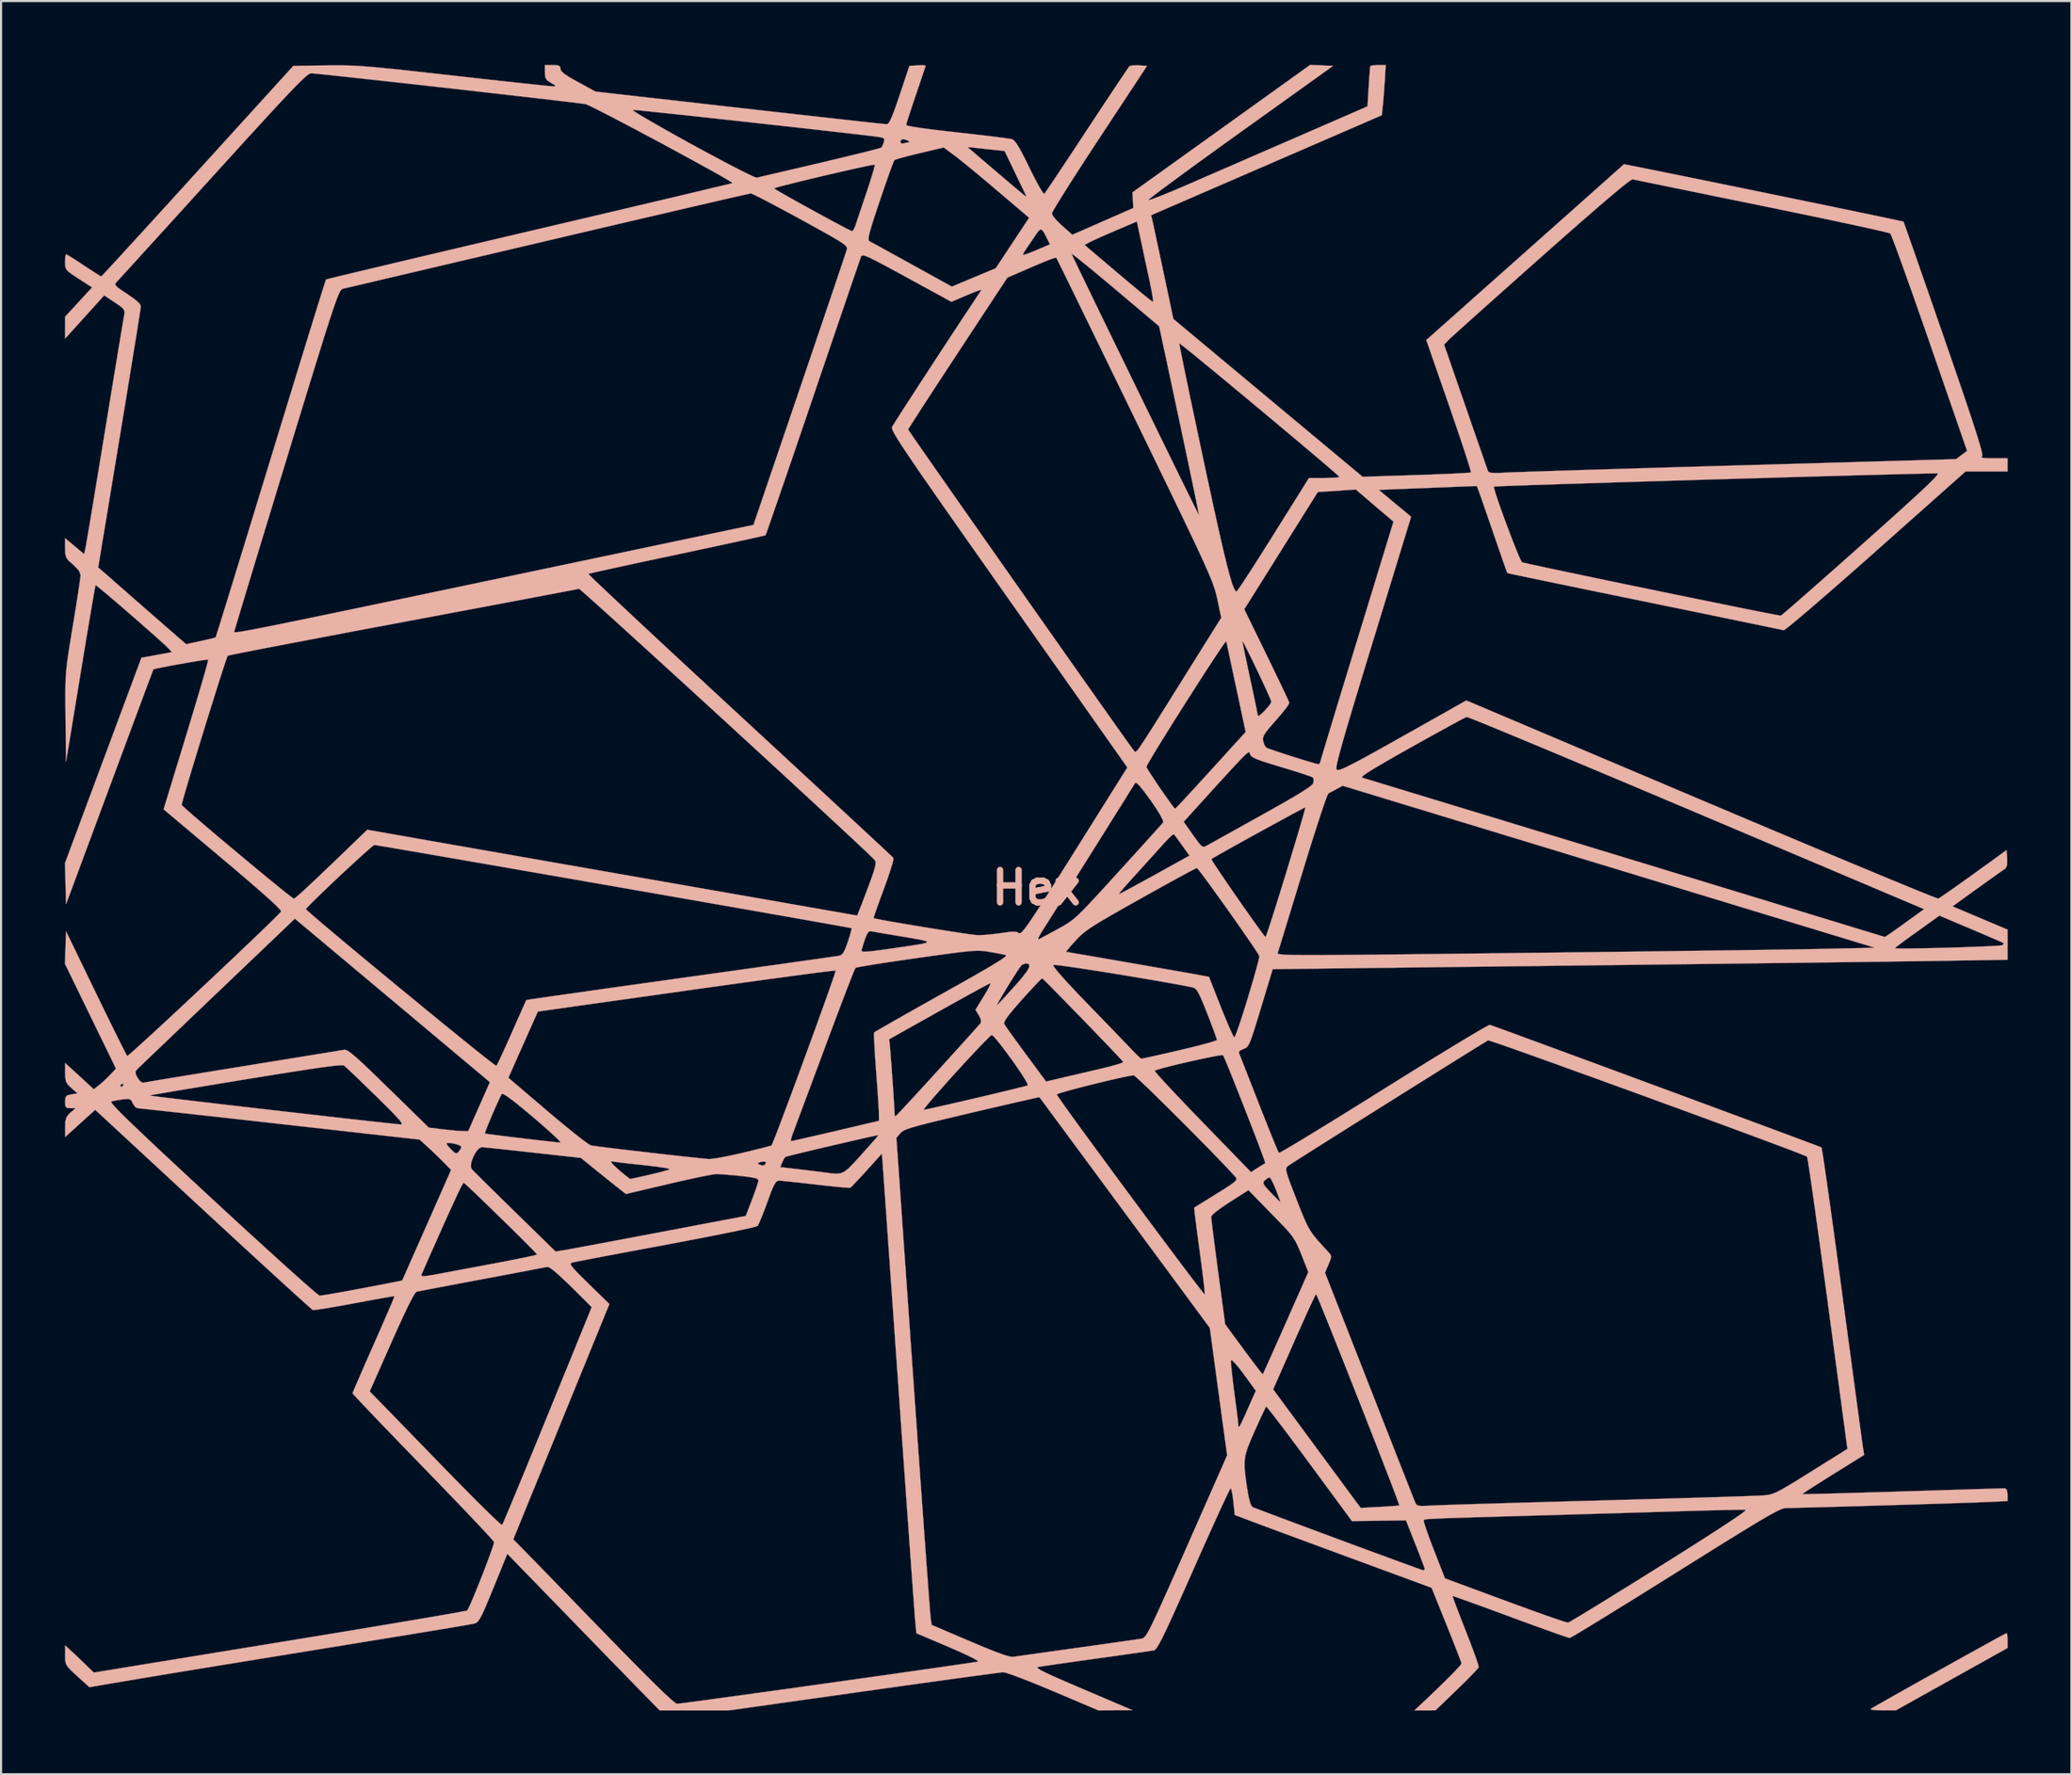
<source format=kicad_pcb>
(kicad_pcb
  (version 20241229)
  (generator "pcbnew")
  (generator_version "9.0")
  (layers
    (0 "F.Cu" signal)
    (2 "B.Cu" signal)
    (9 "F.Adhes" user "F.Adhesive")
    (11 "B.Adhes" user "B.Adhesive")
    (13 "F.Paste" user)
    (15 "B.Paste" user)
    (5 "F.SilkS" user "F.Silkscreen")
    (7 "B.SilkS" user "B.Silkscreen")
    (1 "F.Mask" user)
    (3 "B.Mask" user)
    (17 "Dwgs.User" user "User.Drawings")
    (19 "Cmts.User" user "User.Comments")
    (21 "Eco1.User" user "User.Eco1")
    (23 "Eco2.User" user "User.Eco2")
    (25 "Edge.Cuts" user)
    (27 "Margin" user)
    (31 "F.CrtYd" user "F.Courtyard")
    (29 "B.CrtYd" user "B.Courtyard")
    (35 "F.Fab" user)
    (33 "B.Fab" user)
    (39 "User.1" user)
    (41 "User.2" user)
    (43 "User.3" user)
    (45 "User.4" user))
  (footprint "Hex"
    (layer "F.Cu")
    (at 45.695 38.732)
    (property "Reference" "Hex" (at 0 0 0) (layer "B.SilkS") (effects (font (size 1.524 1.524) (thickness 0.3))))
    (attr through_hole)
    (fp_poly (pts (xy 45.667 35.149) (xy 45.682 35.325) (xy 45.683 35.431) (xy 45.683 35.782) (xy 43.057 37.249) (xy 40.43 38.717) (xy 39.795 38.718) (xy 39.473 38.71) (xy 39.281 38.686) (xy 39.247 38.65) (xy 39.341 38.592) (xy 39.567 38.462) (xy 39.905 38.27) (xy 40.335 38.027) (xy 40.837 37.744) (xy 41.394 37.431) (xy 41.985 37.101) (xy 42.59 36.763) (xy 43.191 36.428) (xy 43.767 36.107) (xy 44.301 35.812) (xy 44.771 35.552) (xy 45.159 35.338) (xy 45.445 35.183) (xy 45.61 35.095) (xy 45.643 35.08) (xy 45.667 35.149)) (stroke (width 0.01) (type solid)) (fill yes) (layer "B.SilkS"))
    (fp_poly (pts (xy 13.419 -38.704) (xy 13.958 -38.681) (xy 9.588 -35.549) (xy 8.822 -34.999) (xy 8.1 -34.477) (xy 7.434 -33.994) (xy 6.835 -33.556) (xy 6.315 -33.173) (xy 5.886 -32.854) (xy 5.56 -32.607) (xy 5.347 -32.441) (xy 5.261 -32.364) (xy 5.26 -32.361) (xy 5.35 -32.377) (xy 5.577 -32.457) (xy 5.917 -32.589) (xy 6.346 -32.764) (xy 6.84 -32.974) (xy 7.013 -33.049) (xy 7.487 -33.254) (xy 8.093 -33.518) (xy 8.802 -33.826) (xy 9.583 -34.166) (xy 10.406 -34.525) (xy 11.243 -34.889) (xy 12.062 -35.245) (xy 12.152 -35.284) (xy 15.578 -36.776) (xy 15.634 -37.689) (xy 15.657 -38.052) (xy 15.678 -38.356) (xy 15.694 -38.571) (xy 15.703 -38.661) (xy 15.792 -38.698) (xy 16 -38.718) (xy 16.075 -38.72) (xy 16.434 -38.72) (xy 16.391 -38.003) (xy 16.365 -37.615) (xy 16.335 -37.221) (xy 16.306 -36.891) (xy 16.299 -36.822) (xy 16.251 -36.358) (xy 10.825 -34.005) (xy 5.4 -31.653) (xy 5.457 -31.411) (xy 5.488 -31.274) (xy 5.546 -31.006) (xy 5.627 -30.629) (xy 5.726 -30.166) (xy 5.839 -29.638) (xy 5.96 -29.066) (xy 5.981 -28.97) (xy 6.446 -26.77) (xy 10.897 -23.055) (xy 15.348 -19.341) (xy 17.87 -19.422) (xy 18.531 -19.445) (xy 19.13 -19.468) (xy 19.645 -19.491) (xy 20.051 -19.512) (xy 20.324 -19.531) (xy 20.44 -19.545) (xy 20.442 -19.546) (xy 20.428 -19.627) (xy 20.367 -19.841) (xy 20.263 -20.171) (xy 20.123 -20.604) (xy 19.951 -21.122) (xy 19.753 -21.71) (xy 19.532 -22.352) (xy 19.418 -22.683) (xy 18.418 -25.562) (xy 19.18 -25.562) (xy 20.193 -22.635) (xy 20.417 -21.987) (xy 20.627 -21.383) (xy 20.815 -20.84) (xy 20.977 -20.375) (xy 21.106 -20.004) (xy 21.198 -19.744) (xy 21.245 -19.612) (xy 21.249 -19.6) (xy 21.308 -19.549) (xy 21.452 -19.523) (xy 21.715 -19.521) (xy 22.09 -19.539) (xy 22.287 -19.547) (xy 22.655 -19.561) (xy 23.179 -19.579) (xy 23.847 -19.601) (xy 24.647 -19.626) (xy 25.565 -19.655) (xy 26.589 -19.686) (xy 27.706 -19.72) (xy 28.903 -19.756) (xy 30.168 -19.793) (xy 31.486 -19.832) (xy 32.847 -19.872) (xy 33.075 -19.878) (xy 43.262 -20.172) (xy 43.521 -20.367) (xy 43.78 -20.563) (xy 42.025 -25.634) (xy 41.728 -26.49) (xy 41.443 -27.304) (xy 41.176 -28.062) (xy 40.93 -28.753) (xy 40.711 -29.363) (xy 40.523 -29.882) (xy 40.369 -30.296) (xy 40.255 -30.593) (xy 40.186 -30.761) (xy 40.167 -30.794) (xy 40.063 -30.827) (xy 39.796 -30.892) (xy 39.381 -30.987) (xy 38.832 -31.109) (xy 38.166 -31.253) (xy 37.396 -31.417) (xy 36.538 -31.598) (xy 35.607 -31.792) (xy 34.617 -31.996) (xy 34.126 -32.097) (xy 33.112 -32.304) (xy 32.148 -32.501) (xy 31.25 -32.685) (xy 30.432 -32.852) (xy 29.71 -33) (xy 29.099 -33.126) (xy 28.613 -33.226) (xy 28.267 -33.297) (xy 28.077 -33.337) (xy 28.045 -33.344) (xy 27.949 -33.295) (xy 27.731 -33.132) (xy 27.392 -32.858) (xy 26.932 -32.472) (xy 26.353 -31.975) (xy 25.656 -31.369) (xy 24.841 -30.654) (xy 23.911 -29.831) (xy 23.751 -29.689) (xy 23.033 -29.05) (xy 22.347 -28.44) (xy 21.706 -27.868) (xy 21.12 -27.345) (xy 20.601 -26.88) (xy 20.159 -26.483) (xy 19.806 -26.165) (xy 19.553 -25.935) (xy 19.411 -25.803) (xy 19.389 -25.781) (xy 19.18 -25.562) (xy 18.418 -25.562) (xy 18.343 -25.777) (xy 22.985 -29.906) (xy 23.738 -30.576) (xy 24.453 -31.212) (xy 25.121 -31.806) (xy 25.731 -32.35) (xy 26.275 -32.834) (xy 26.741 -33.249) (xy 27.12 -33.588) (xy 27.402 -33.84) (xy 27.578 -33.997) (xy 27.637 -34.051) (xy 27.725 -34.037) (xy 27.974 -33.989) (xy 28.366 -33.911) (xy 28.885 -33.806) (xy 29.514 -33.679) (xy 30.237 -33.533) (xy 31.036 -33.37) (xy 31.894 -33.195) (xy 32.795 -33.01) (xy 33.721 -32.82) (xy 34.657 -32.628) (xy 35.584 -32.437) (xy 36.487 -32.251) (xy 37.348 -32.073) (xy 38.15 -31.907) (xy 38.877 -31.756) (xy 39.511 -31.623) (xy 40.037 -31.513) (xy 40.436 -31.428) (xy 40.692 -31.372) (xy 40.789 -31.349) (xy 40.789 -31.349) (xy 40.818 -31.272) (xy 40.894 -31.059) (xy 41.013 -30.72) (xy 41.171 -30.268) (xy 41.365 -29.714) (xy 41.589 -29.07) (xy 41.841 -28.347) (xy 42.115 -27.557) (xy 42.408 -26.712) (xy 42.699 -25.872) (xy 43.076 -24.783) (xy 43.402 -23.833) (xy 43.68 -23.016) (xy 43.912 -22.324) (xy 44.102 -21.749) (xy 44.251 -21.283) (xy 44.362 -20.918) (xy 44.438 -20.646) (xy 44.481 -20.46) (xy 44.493 -20.351) (xy 44.484 -20.316) (xy 44.46 -20.261) (xy 44.539 -20.229) (xy 44.749 -20.215) (xy 45.033 -20.212) (xy 45.683 -20.212) (xy 45.683 -19.592) (xy 43.708 -19.592) (xy 39.488 -15.839) (xy 38.769 -15.201) (xy 38.085 -14.599) (xy 37.448 -14.041) (xy 36.866 -13.536) (xy 36.352 -13.093) (xy 35.916 -12.722) (xy 35.568 -12.432) (xy 35.318 -12.232) (xy 35.179 -12.13) (xy 35.154 -12.119) (xy 35.048 -12.143) (xy 34.779 -12.199) (xy 34.361 -12.287) (xy 33.809 -12.401) (xy 33.136 -12.54) (xy 32.356 -12.701) (xy 31.485 -12.881) (xy 30.537 -13.076) (xy 29.525 -13.283) (xy 28.606 -13.472) (xy 27.554 -13.688) (xy 26.555 -13.893) (xy 25.623 -14.085) (xy 24.772 -14.261) (xy 24.016 -14.417) (xy 23.37 -14.552) (xy 22.846 -14.661) (xy 22.46 -14.743) (xy 22.225 -14.793) (xy 22.154 -14.81) (xy 22.125 -14.887) (xy 22.052 -15.091) (xy 21.942 -15.404) (xy 21.804 -15.803) (xy 21.643 -16.268) (xy 21.525 -16.611) (xy 21.348 -17.126) (xy 21.183 -17.605) (xy 21.038 -18.023) (xy 20.922 -18.356) (xy 20.843 -18.579) (xy 20.817 -18.65) (xy 20.731 -18.88) (xy 21.522 -18.88) (xy 21.533 -18.793) (xy 21.594 -18.583) (xy 21.694 -18.277) (xy 21.825 -17.899) (xy 21.977 -17.476) (xy 22.141 -17.031) (xy 22.307 -16.589) (xy 22.467 -16.177) (xy 22.611 -15.819) (xy 22.729 -15.54) (xy 22.812 -15.366) (xy 22.845 -15.319) (xy 22.953 -15.291) (xy 23.22 -15.23) (xy 23.629 -15.141) (xy 24.161 -15.027) (xy 24.799 -14.892) (xy 25.525 -14.739) (xy 26.321 -14.572) (xy 27.17 -14.395) (xy 28.054 -14.212) (xy 28.956 -14.025) (xy 29.857 -13.84) (xy 30.74 -13.658) (xy 31.587 -13.485) (xy 32.38 -13.324) (xy 33.102 -13.177) (xy 33.734 -13.05) (xy 34.26 -12.946) (xy 34.662 -12.868) (xy 34.921 -12.82) (xy 35.02 -12.805) (xy 35.094 -12.862) (xy 35.283 -13.022) (xy 35.575 -13.274) (xy 35.959 -13.609) (xy 36.424 -14.017) (xy 36.959 -14.488) (xy 37.553 -15.013) (xy 38.194 -15.582) (xy 38.829 -16.147) (xy 39.654 -16.883) (xy 40.357 -17.514) (xy 40.945 -18.046) (xy 41.424 -18.485) (xy 41.8 -18.837) (xy 42.08 -19.107) (xy 42.27 -19.303) (xy 42.377 -19.429) (xy 42.406 -19.491) (xy 42.394 -19.5) (xy 42.278 -19.501) (xy 41.995 -19.497) (xy 41.56 -19.488) (xy 40.985 -19.474) (xy 40.286 -19.457) (xy 39.475 -19.435) (xy 38.568 -19.411) (xy 37.578 -19.383) (xy 36.519 -19.354) (xy 35.405 -19.322) (xy 34.25 -19.288) (xy 33.068 -19.254) (xy 31.873 -19.219) (xy 30.679 -19.183) (xy 29.5 -19.147) (xy 28.35 -19.112) (xy 27.243 -19.078) (xy 26.194 -19.045) (xy 25.214 -19.014) (xy 24.32 -18.985) (xy 23.525 -18.959) (xy 22.843 -18.936) (xy 22.287 -18.916) (xy 21.873 -18.9) (xy 21.613 -18.888) (xy 21.522 -18.88) (xy 20.731 -18.88) (xy 20.721 -18.908) (xy 19.52 -18.862) (xy 18.928 -18.838) (xy 18.266 -18.812) (xy 17.627 -18.787) (xy 17.213 -18.77) (xy 16.106 -18.726) (xy 16.867 -18.094) (xy 17.629 -17.462) (xy 15.815 -11.538) (xy 15.476 -10.427) (xy 15.181 -9.457) (xy 14.927 -8.619) (xy 14.714 -7.904) (xy 14.537 -7.303) (xy 14.394 -6.807) (xy 14.284 -6.409) (xy 14.203 -6.098) (xy 14.149 -5.866) (xy 14.119 -5.705) (xy 14.112 -5.604) (xy 14.124 -5.556) (xy 14.131 -5.551) (xy 14.183 -5.54) (xy 14.266 -5.553) (xy 14.392 -5.596) (xy 14.573 -5.676) (xy 14.823 -5.8) (xy 15.154 -5.973) (xy 15.579 -6.203) (xy 16.109 -6.497) (xy 16.759 -6.86) (xy 17.541 -7.3) (xy 18.038 -7.58) (xy 20.225 -8.814) (xy 31.275 -4.131) (xy 32.606 -3.568) (xy 33.893 -3.024) (xy 35.126 -2.504) (xy 36.296 -2.013) (xy 37.393 -1.552) (xy 38.407 -1.128) (xy 39.33 -0.744) (xy 40.151 -0.403) (xy 40.861 -0.11) (xy 41.45 0.132) (xy 41.91 0.317) (xy 42.23 0.444) (xy 42.401 0.506) (xy 42.428 0.513) (xy 42.525 0.453) (xy 42.739 0.307) (xy 43.05 0.091) (xy 43.434 -0.181) (xy 43.872 -0.494) (xy 44.085 -0.648) (xy 45.638 -1.769) (xy 45.666 -1.371) (xy 45.662 -1.08) (xy 45.597 -0.919) (xy 45.566 -0.893) (xy 45.455 -0.818) (xy 45.232 -0.661) (xy 44.923 -0.44) (xy 44.552 -0.174) (xy 44.265 0.032) (xy 43.094 0.878) (xy 44.389 1.425) (xy 45.683 1.972) (xy 45.683 3.389) (xy 42.691 3.438) (xy 42.18 3.447) (xy 41.504 3.457) (xy 40.678 3.468) (xy 39.721 3.481) (xy 38.649 3.496) (xy 37.479 3.511) (xy 36.228 3.527) (xy 34.913 3.544) (xy 33.551 3.561) (xy 32.159 3.579) (xy 30.754 3.596) (xy 29.786 3.608) (xy 28.344 3.625) (xy 26.877 3.643) (xy 25.405 3.661) (xy 23.949 3.678) (xy 22.526 3.695) (xy 21.159 3.712) (xy 19.865 3.727) (xy 18.665 3.742) (xy 17.579 3.755) (xy 16.626 3.767) (xy 15.827 3.776) (xy 15.494 3.78) (xy 11.117 3.833) (xy 10.561 5.672) (xy 10.387 6.244) (xy 10.25 6.684) (xy 10.143 7.011) (xy 10.057 7.242) (xy 9.984 7.396) (xy 9.917 7.492) (xy 9.849 7.546) (xy 9.77 7.579) (xy 9.743 7.587) (xy 9.568 7.671) (xy 9.524 7.762) (xy 9.563 7.858) (xy 9.651 8.081) (xy 9.782 8.415) (xy 9.949 8.839) (xy 10.143 9.336) (xy 10.359 9.887) (xy 10.459 10.145) (xy 10.682 10.71) (xy 10.888 11.229) (xy 11.069 11.681) (xy 11.22 12.049) (xy 11.331 12.315) (xy 11.397 12.46) (xy 11.409 12.482) (xy 11.491 12.446) (xy 11.706 12.325) (xy 12.044 12.127) (xy 12.491 11.858) (xy 13.037 11.526) (xy 13.667 11.14) (xy 14.371 10.705) (xy 15.136 10.23) (xy 15.95 9.722) (xy 16.342 9.476) (xy 17.177 8.955) (xy 17.969 8.462) (xy 18.708 8.006) (xy 19.38 7.595) (xy 19.973 7.235) (xy 20.475 6.934) (xy 20.874 6.7) (xy 21.156 6.54) (xy 21.31 6.462) (xy 21.334 6.456) (xy 21.477 6.505) (xy 21.767 6.61) (xy 22.192 6.765) (xy 22.737 6.965) (xy 23.387 7.204) (xy 24.129 7.477) (xy 24.948 7.778) (xy 25.83 8.103) (xy 26.761 8.447) (xy 27.726 8.803) (xy 28.711 9.168) (xy 29.702 9.534) (xy 30.685 9.898) (xy 31.646 10.254) (xy 32.569 10.596) (xy 33.442 10.92) (xy 34.249 11.219) (xy 34.977 11.49) (xy 35.611 11.726) (xy 36.137 11.923) (xy 36.541 12.074) (xy 36.808 12.175) (xy 36.925 12.221) (xy 36.929 12.223) (xy 36.948 12.306) (xy 36.986 12.532) (xy 37.041 12.889) (xy 37.112 13.368) (xy 37.196 13.956) (xy 37.294 14.644) (xy 37.402 15.419) (xy 37.52 16.271) (xy 37.646 17.19) (xy 37.777 18.163) (xy 37.912 19.166) (xy 38.049 20.19) (xy 38.181 21.175) (xy 38.307 22.109) (xy 38.424 22.982) (xy 38.532 23.781) (xy 38.628 24.494) (xy 38.712 25.111) (xy 38.781 25.619) (xy 38.834 26.008) (xy 38.87 26.265) (xy 38.886 26.376) (xy 38.939 26.695) (xy 37.47 27.61) (xy 37.025 27.89) (xy 36.636 28.136) (xy 36.325 28.336) (xy 36.114 28.476) (xy 36.024 28.541) (xy 36.023 28.543) (xy 36.116 28.544) (xy 36.374 28.539) (xy 36.78 28.53) (xy 37.318 28.516) (xy 37.97 28.498) (xy 38.718 28.476) (xy 39.547 28.452) (xy 40.438 28.425) (xy 40.75 28.415) (xy 41.662 28.387) (xy 42.52 28.361) (xy 43.307 28.336) (xy 44.005 28.315) (xy 44.596 28.297) (xy 45.062 28.283) (xy 45.387 28.273) (xy 45.553 28.268) (xy 45.569 28.268) (xy 45.65 28.338) (xy 45.683 28.539) (xy 45.683 28.567) (xy 45.683 28.869) (xy 44.564 28.918) (xy 44.25 28.931) (xy 43.791 28.947) (xy 43.213 28.967) (xy 42.538 28.989) (xy 41.788 29.012) (xy 40.988 29.037) (xy 40.159 29.062) (xy 39.326 29.087) (xy 38.511 29.111) (xy 37.737 29.133) (xy 37.028 29.153) (xy 36.406 29.169) (xy 35.894 29.182) (xy 35.517 29.191) (xy 35.296 29.194) (xy 35.281 29.195) (xy 35.201 29.202) (xy 35.1 29.229) (xy 34.967 29.282) (xy 34.79 29.367) (xy 34.559 29.491) (xy 34.262 29.661) (xy 33.889 29.881) (xy 33.429 30.16) (xy 32.871 30.503) (xy 32.204 30.916) (xy 31.418 31.407) (xy 30.5 31.981) (xy 30.065 32.253) (xy 29.231 32.776) (xy 28.439 33.27) (xy 27.701 33.728) (xy 27.03 34.143) (xy 26.438 34.507) (xy 25.938 34.813) (xy 25.542 35.052) (xy 25.262 35.218) (xy 25.11 35.302) (xy 25.088 35.312) (xy 24.983 35.282) (xy 24.731 35.197) (xy 24.354 35.064) (xy 23.871 34.891) (xy 23.304 34.686) (xy 22.673 34.455) (xy 22.294 34.315) (xy 21.64 34.073) (xy 21.042 33.854) (xy 20.52 33.664) (xy 20.094 33.511) (xy 19.783 33.401) (xy 19.608 33.341) (xy 19.577 33.333) (xy 19.598 33.407) (xy 19.67 33.607) (xy 19.784 33.912) (xy 19.933 34.3) (xy 20.108 34.749) (xy 20.195 34.969) (xy 20.38 35.446) (xy 20.543 35.876) (xy 20.673 36.236) (xy 20.765 36.505) (xy 20.808 36.66) (xy 20.81 36.685) (xy 20.744 36.773) (xy 20.577 36.955) (xy 20.33 37.209) (xy 20.023 37.514) (xy 19.781 37.749) (xy 18.776 38.718) (xy 17.785 38.72) (xy 17.972 38.545) (xy 18.398 38.146) (xy 18.807 37.754) (xy 19.183 37.387) (xy 19.509 37.063) (xy 19.765 36.798) (xy 19.936 36.611) (xy 20.002 36.52) (xy 20.003 36.517) (xy 19.972 36.423) (xy 19.891 36.204) (xy 19.767 35.882) (xy 19.608 35.477) (xy 19.423 35.012) (xy 19.295 34.693) (xy 18.593 32.95) (xy 14.664 31.502) (xy 13.84 31.198) (xy 13.044 30.904) (xy 12.297 30.628) (xy 11.618 30.377) (xy 11.03 30.159) (xy 10.552 29.981) (xy 10.204 29.851) (xy 10.035 29.787) (xy 9.334 29.521) (xy 9.269 28.893) (xy 9.232 28.604) (xy 9.19 28.385) (xy 9.151 28.273) (xy 9.141 28.265) (xy 9.098 28.336) (xy 8.997 28.538) (xy 8.845 28.858) (xy 8.648 29.283) (xy 8.412 29.8) (xy 8.143 30.395) (xy 7.847 31.054) (xy 7.531 31.765) (xy 7.4 32.062) (xy 7.019 32.922) (xy 6.695 33.647) (xy 6.424 34.249) (xy 6.199 34.737) (xy 6.016 35.123) (xy 5.869 35.417) (xy 5.754 35.63) (xy 5.664 35.774) (xy 5.595 35.858) (xy 5.541 35.893) (xy 5.534 35.895) (xy 5.396 35.916) (xy 5.104 35.959) (xy 4.682 36.02) (xy 4.155 36.095) (xy 3.549 36.18) (xy 2.888 36.272) (xy 2.832 36.28) (xy 2.166 36.373) (xy 1.549 36.46) (xy 1.008 36.538) (xy 0.568 36.602) (xy 0.256 36.649) (xy 0.096 36.675) (xy 0.091 36.675) (xy 0.049 36.7) (xy 0.081 36.747) (xy 0.202 36.824) (xy 0.425 36.938) (xy 0.765 37.096) (xy 1.235 37.304) (xy 1.849 37.569) (xy 2.193 37.716) (xy 4.523 38.711) (xy 3.722 38.715) (xy 2.922 38.72) (xy 0.799 37.818) (xy 0.215 37.575) (xy -0.325 37.356) (xy -0.797 37.173) (xy -1.176 37.033) (xy -1.439 36.948) (xy -1.553 36.923) (xy -1.68 36.937) (xy -1.971 36.974) (xy -2.413 37.033) (xy -2.989 37.111) (xy -3.686 37.206) (xy -4.487 37.316) (xy -5.378 37.44) (xy -6.344 37.575) (xy -7.369 37.719) (xy -8.12 37.825) (xy -14.458 38.72) (xy -17.716 38.72) (xy -18.57 37.848) (xy -18.808 37.604) (xy -19.146 37.258) (xy -19.566 36.826) (xy -20.054 36.325) (xy -20.59 35.773) (xy -21.161 35.186) (xy -21.747 34.581) (xy -22.153 34.163) (xy -24.883 31.35) (xy -25.537 32.959) (xy -25.757 33.493) (xy -25.929 33.899) (xy -26.063 34.193) (xy -26.17 34.395) (xy -26.258 34.523) (xy -26.338 34.595) (xy -26.412 34.628) (xy -26.466 34.64) (xy -26.565 34.659) (xy -26.716 34.686) (xy -26.928 34.724) (xy -27.211 34.772) (xy -27.572 34.833) (xy -28.02 34.907) (xy -28.564 34.997) (xy -29.212 35.104) (xy -29.972 35.229) (xy -30.854 35.373) (xy -31.865 35.538) (xy -33.014 35.726) (xy -34.31 35.937) (xy -35.761 36.173) (xy -37.376 36.436) (xy -38.877 36.681) (xy -39.623 36.803) (xy -40.435 36.936) (xy -41.255 37.072) (xy -42.024 37.201) (xy -42.684 37.312) (xy -42.805 37.332) (xy -44.541 37.627) (xy -45.112 37.108) (xy -45.38 36.861) (xy -45.547 36.686) (xy -45.637 36.542) (xy -45.674 36.388) (xy -45.68 36.183) (xy -45.68 36.125) (xy -45.679 35.661) (xy -45.384 35.933) (xy -45.154 36.148) (xy -44.88 36.409) (xy -44.712 36.572) (xy -44.334 36.94) (xy -35.584 35.51) (xy -34.346 35.307) (xy -33.158 35.112) (xy -32.035 34.926) (xy -30.986 34.751) (xy -30.025 34.59) (xy -29.165 34.445) (xy -28.417 34.317) (xy -27.793 34.209) (xy -27.307 34.124) (xy -26.969 34.062) (xy -26.793 34.026) (xy -26.77 34.019) (xy -26.711 33.917) (xy -26.609 33.696) (xy -26.474 33.383) (xy -26.319 33.005) (xy -26.152 32.589) (xy -25.984 32.161) (xy -25.827 31.748) (xy -25.69 31.378) (xy -25.584 31.077) (xy -25.52 30.872) (xy -25.506 30.793) (xy -25.568 30.713) (xy -25.606 30.67) (xy -24.602 30.67) (xy -24.241 31.036) (xy -24.117 31.162) (xy -23.889 31.396) (xy -23.568 31.726) (xy -23.165 32.14) (xy -22.694 32.625) (xy -22.164 33.17) (xy -21.588 33.763) (xy -20.978 34.392) (xy -20.479 34.906) (xy -19.682 35.725) (xy -18.994 36.426) (xy -18.411 37.015) (xy -17.929 37.494) (xy -17.544 37.868) (xy -17.251 38.141) (xy -17.046 38.318) (xy -16.925 38.401) (xy -16.898 38.41) (xy -16.781 38.397) (xy -16.497 38.361) (xy -16.063 38.304) (xy -15.49 38.227) (xy -14.795 38.132) (xy -13.99 38.021) (xy -13.091 37.897) (xy -12.111 37.761) (xy -11.065 37.615) (xy -9.967 37.461) (xy -9.797 37.437) (xy -8.694 37.282) (xy -7.641 37.133) (xy -6.654 36.993) (xy -5.745 36.863) (xy -4.93 36.746) (xy -4.222 36.644) (xy -3.636 36.559) (xy -3.185 36.493) (xy -2.884 36.447) (xy -2.747 36.425) (xy -2.741 36.423) (xy -2.772 36.377) (xy -2.949 36.273) (xy -3.256 36.122) (xy -3.675 35.93) (xy -4.123 35.735) (xy -5.642 35.089) (xy -5.701 34.445) (xy -5.714 34.29) (xy -5.737 33.99) (xy -5.769 33.554) (xy -5.81 32.993) (xy -5.859 32.317) (xy -5.915 31.535) (xy -5.978 30.656) (xy -6.047 29.691) (xy -6.122 28.649) (xy -6.2 27.539) (xy -6.283 26.373) (xy -6.369 25.159) (xy -6.457 23.907) (xy -6.485 23.503) (xy -6.574 22.247) (xy -6.66 21.03) (xy -6.742 19.862) (xy -6.82 18.75) (xy -6.894 17.706) (xy -6.962 16.738) (xy -7.024 15.856) (xy -7.08 15.068) (xy -7.128 14.385) (xy -7.169 13.816) (xy -7.2 13.37) (xy -7.223 13.056) (xy -7.235 12.884) (xy -7.237 12.859) (xy -7.264 12.514) (xy -7.974 13.301) (xy -8.247 13.6) (xy -8.482 13.852) (xy -8.656 14.032) (xy -8.746 14.116) (xy -8.751 14.119) (xy -8.859 14.119) (xy -9.117 14.1) (xy -9.494 14.065) (xy -9.959 14.016) (xy -10.37 13.97) (xy -10.894 13.91) (xy -11.365 13.858) (xy -11.748 13.818) (xy -12.01 13.793) (xy -12.106 13.787) (xy -12.188 13.806) (xy -12.266 13.879) (xy -12.352 14.029) (xy -12.459 14.276) (xy -12.597 14.644) (xy -12.654 14.801) (xy -12.795 15.181) (xy -12.925 15.512) (xy -13.031 15.763) (xy -13.101 15.904) (xy -13.111 15.918) (xy -13.217 15.955) (xy -13.483 16.021) (xy -13.893 16.111) (xy -14.429 16.223) (xy -15.073 16.353) (xy -15.807 16.497) (xy -16.614 16.652) (xy -17.405 16.801) (xy -18.261 16.96) (xy -19.067 17.111) (xy -19.805 17.25) (xy -20.456 17.373) (xy -21.001 17.478) (xy -21.422 17.559) (xy -21.7 17.614) (xy -21.815 17.639) (xy -21.884 17.667) (xy -21.906 17.715) (xy -21.866 17.8) (xy -21.751 17.94) (xy -21.549 18.153) (xy -21.246 18.455) (xy -21.052 18.646) (xy -20.082 19.596) (xy -22.342 25.133) (xy -24.602 30.67) (xy -25.606 30.67) (xy -25.737 30.524) (xy -26.001 30.238) (xy -26.35 29.866) (xy -26.774 29.419) (xy -27.262 28.908) (xy -27.804 28.344) (xy -28.389 27.738) (xy -28.849 27.263) (xy -29.458 26.636) (xy -30.031 26.043) (xy -30.557 25.497) (xy -31.026 25.008) (xy -31.428 24.587) (xy -31.752 24.244) (xy -31.989 23.991) (xy -32.127 23.837) (xy -32.16 23.795) (xy -32.129 23.71) (xy -32.128 23.709) (xy -31.355 23.709) (xy -31 24.07) (xy -30.869 24.204) (xy -30.636 24.443) (xy -30.314 24.775) (xy -29.916 25.185) (xy -29.455 25.66) (xy -28.946 26.185) (xy -28.4 26.747) (xy -27.918 27.244) (xy -27.367 27.81) (xy -26.851 28.335) (xy -26.381 28.808) (xy -25.969 29.218) (xy -25.625 29.552) (xy -25.363 29.801) (xy -25.193 29.951) (xy -25.128 29.993) (xy -25.088 29.911) (xy -24.994 29.695) (xy -24.85 29.356) (xy -24.662 28.906) (xy -24.434 28.358) (xy -24.171 27.723) (xy -23.879 27.013) (xy -23.562 26.24) (xy -23.225 25.416) (xy -22.988 24.835) (xy -20.913 19.74) (xy -21.124 19.529) (xy -21.652 19.002) (xy -22.077 18.587) (xy -22.41 18.274) (xy -22.661 18.053) (xy -22.841 17.916) (xy -22.96 17.851) (xy -23.016 17.846) (xy -23.138 17.871) (xy -23.416 17.925) (xy -23.828 18.004) (xy -24.351 18.104) (xy -24.964 18.22) (xy -25.644 18.348) (xy -26.085 18.43) (xy -26.795 18.564) (xy -27.452 18.688) (xy -28.033 18.798) (xy -28.516 18.89) (xy -28.878 18.96) (xy -29.098 19.003) (xy -29.153 19.015) (xy -29.231 19.1) (xy -29.364 19.328) (xy -29.55 19.693) (xy -29.788 20.191) (xy -30.076 20.818) (xy -30.326 21.38) (xy -31.355 23.709) (xy -32.128 23.709) (xy -32.041 23.499) (xy -31.904 23.178) (xy -31.725 22.767) (xy -31.514 22.283) (xy -31.276 21.745) (xy -31.163 21.489) (xy -30.918 20.934) (xy -30.697 20.428) (xy -30.506 19.988) (xy -30.353 19.632) (xy -30.247 19.378) (xy -30.194 19.242) (xy -30.19 19.224) (xy -30.281 19.235) (xy -30.524 19.275) (xy -30.892 19.34) (xy -31.359 19.424) (xy -31.898 19.525) (xy -32.069 19.557) (xy -32.631 19.661) (xy -33.134 19.749) (xy -33.55 19.818) (xy -33.853 19.862) (xy -34.013 19.877) (xy -34.028 19.876) (xy -34.104 19.815) (xy -34.294 19.648) (xy -34.588 19.384) (xy -34.978 19.031) (xy -35.453 18.597) (xy -36.005 18.092) (xy -36.624 17.524) (xy -37.301 16.901) (xy -38.026 16.232) (xy -38.79 15.525) (xy -39.199 15.147) (xy -44.267 10.452) (xy -45.679 11.732) (xy -45.681 11.272) (xy -45.67 10.992) (xy -45.619 10.807) (xy -45.508 10.659) (xy -45.438 10.594) (xy -45.192 10.377) (xy -45.438 10.377) (xy -45.598 10.361) (xy -45.667 10.285) (xy -45.683 10.103) (xy -45.683 10.093) (xy -43.514 10.093) (xy -43.458 10.176) (xy -43.337 10.316) (xy -43.144 10.519) (xy -42.873 10.79) (xy -42.517 11.135) (xy -42.071 11.561) (xy -41.529 12.074) (xy -40.883 12.679) (xy -40.129 13.382) (xy -39.26 14.189) (xy -38.759 14.653) (xy -37.99 15.364) (xy -37.255 16.04) (xy -36.562 16.674) (xy -35.922 17.257) (xy -35.345 17.78) (xy -34.839 18.234) (xy -34.414 18.612) (xy -34.08 18.903) (xy -33.847 19.1) (xy -33.724 19.195) (xy -33.708 19.202) (xy -33.579 19.186) (xy -33.301 19.142) (xy -32.902 19.073) (xy -32.411 18.984) (xy -31.857 18.881) (xy -31.701 18.852) (xy -31.145 18.746) (xy -30.654 18.652) (xy -30.255 18.573) (xy -29.973 18.517) (xy -29.836 18.487) (xy -29.826 18.484) (xy -29.793 18.411) (xy -29.722 18.249) (xy -28.937 18.249) (xy -28.886 18.284) (xy -28.677 18.271) (xy -28.302 18.211) (xy -28.216 18.194) (xy -27.894 18.134) (xy -27.434 18.047) (xy -26.875 17.942) (xy -26.258 17.827) (xy -25.622 17.708) (xy -25.469 17.679) (xy -24.894 17.57) (xy -24.385 17.469) (xy -23.966 17.383) (xy -23.663 17.316) (xy -23.501 17.273) (xy -23.481 17.263) (xy -23.539 17.195) (xy -23.698 17.028) (xy -23.942 16.781) (xy -24.251 16.473) (xy -24.607 16.12) (xy -24.992 15.741) (xy -25.387 15.355) (xy -25.773 14.978) (xy -26.133 14.63) (xy -26.448 14.328) (xy -26.699 14.091) (xy -26.869 13.935) (xy -26.936 13.881) (xy -26.986 13.948) (xy -27.096 14.158) (xy -27.265 14.51) (xy -27.492 15) (xy -27.776 15.627) (xy -28.117 16.389) (xy -28.513 17.283) (xy -28.937 18.249) (xy -29.722 18.249) (xy -29.704 18.209) (xy -29.564 17.894) (xy -29.383 17.484) (xy -29.166 16.994) (xy -28.922 16.441) (xy -28.672 15.875) (xy -27.527 13.281) (xy -27.685 13.119) (xy -26.6 13.119) (xy -26.562 13.239) (xy -26.476 13.328) (xy -26.286 13.519) (xy -26.007 13.797) (xy -25.654 14.146) (xy -25.241 14.551) (xy -24.786 14.998) (xy -24.532 15.246) (xy -22.614 17.121) (xy -22.294 17.073) (xy -22.141 17.047) (xy -21.829 16.99) (xy -21.377 16.906) (xy -20.805 16.8) (xy -20.132 16.674) (xy -19.377 16.532) (xy -18.56 16.377) (xy -17.821 16.237) (xy -13.667 15.449) (xy -13.37 14.675) (xy -13.246 14.341) (xy -13.146 14.054) (xy -13.084 13.85) (xy -13.069 13.777) (xy -13.104 13.714) (xy -13.231 13.663) (xy -13.481 13.617) (xy -13.881 13.569) (xy -13.928 13.564) (xy -14.338 13.524) (xy -14.706 13.494) (xy -14.976 13.476) (xy -15.052 13.474) (xy -15.215 13.495) (xy -15.523 13.552) (xy -15.949 13.639) (xy -16.463 13.751) (xy -17.036 13.881) (xy -17.308 13.945) (xy -19.303 14.415) (xy -19.679 14.12) (xy -19.913 13.935) (xy -20.227 13.683) (xy -20.571 13.407) (xy -20.74 13.27) (xy -21.192 12.903) (xy -20.008 12.903) (xy -19.915 13.023) (xy -19.69 13.235) (xy -19.647 13.272) (xy -19.406 13.477) (xy -19.215 13.63) (xy -19.108 13.704) (xy -19.099 13.707) (xy -18.995 13.688) (xy -18.756 13.636) (xy -18.421 13.561) (xy -18.182 13.506) (xy -17.805 13.416) (xy -17.495 13.334) (xy -17.294 13.272) (xy -17.244 13.249) (xy -17.303 13.221) (xy -17.515 13.179) (xy -17.711 13.15) (xy -12.045 13.15) (xy -11.253 13.242) (xy -10.822 13.293) (xy -10.397 13.345) (xy -10.057 13.388) (xy -10.005 13.395) (xy -9.66 13.441) (xy -9.404 13.461) (xy -9.203 13.44) (xy -9.024 13.362) (xy -8.835 13.212) (xy -8.602 12.975) (xy -8.293 12.636) (xy -8.231 12.567) (xy -7.944 12.248) (xy -7.703 11.976) (xy -7.528 11.773) (xy -7.526 11.77) (xy -6.583 11.77) (xy -5.803 22.902) (xy -5.711 24.207) (xy -5.622 25.474) (xy -5.535 26.692) (xy -5.453 27.854) (xy -5.374 28.95) (xy -5.301 29.971) (xy -5.233 30.908) (xy -5.172 31.752) (xy -5.117 32.495) (xy -5.07 33.127) (xy -5.032 33.639) (xy -5.002 34.023) (xy -4.982 34.269) (xy -4.972 34.366) (xy -4.922 34.697) (xy -3.123 35.466) (xy -2.445 35.751) (xy -1.914 35.964) (xy -1.52 36.107) (xy -1.252 36.184) (xy -1.099 36.201) (xy -1.096 36.201) (xy -0.951 36.18) (xy -0.65 36.137) (xy -0.217 36.076) (xy 0.324 36) (xy 0.949 35.912) (xy 1.633 35.817) (xy 1.919 35.777) (xy 2.621 35.678) (xy 3.274 35.586) (xy 3.854 35.504) (xy 4.336 35.435) (xy 4.696 35.383) (xy 4.91 35.351) (xy 4.949 35.345) (xy 5.003 35.33) (xy 5.057 35.297) (xy 5.119 35.234) (xy 5.192 35.13) (xy 5.282 34.976) (xy 5.395 34.759) (xy 5.536 34.469) (xy 5.71 34.095) (xy 5.924 33.626) (xy 6.181 33.05) (xy 6.489 32.358) (xy 6.851 31.537) (xy 7.084 31.009) (xy 8.846 27.008) (xy 9.795 27.008) (xy 9.798 27.333) (xy 9.838 27.727) (xy 9.908 28.226) (xy 9.986 28.67) (xy 10.065 28.974) (xy 10.144 29.131) (xy 10.164 29.147) (xy 10.272 29.191) (xy 10.525 29.289) (xy 10.905 29.433) (xy 11.39 29.615) (xy 11.961 29.829) (xy 12.597 30.067) (xy 13.28 30.321) (xy 13.987 30.584) (xy 14.701 30.849) (xy 15.399 31.107) (xy 16.064 31.352) (xy 16.673 31.576) (xy 17.208 31.773) (xy 17.648 31.933) (xy 17.973 32.05) (xy 18.163 32.117) (xy 18.205 32.129) (xy 18.273 32.082) (xy 18.273 32.077) (xy 18.246 31.986) (xy 18.169 31.776) (xy 18.055 31.472) (xy 17.912 31.103) (xy 17.83 30.896) (xy 17.387 29.775) (xy 16.117 29.793) (xy 14.847 29.811) (xy 14.808 29.757) (xy 18.219 29.757) (xy 18.229 29.842) (xy 18.29 30.049) (xy 18.394 30.355) (xy 18.533 30.736) (xy 18.693 31.155) (xy 19.222 32.507) (xy 22.06 33.557) (xy 22.736 33.805) (xy 23.36 34.032) (xy 23.914 34.23) (xy 24.376 34.391) (xy 24.727 34.51) (xy 24.945 34.578) (xy 25.01 34.592) (xy 25.102 34.544) (xy 25.328 34.412) (xy 25.673 34.205) (xy 26.125 33.93) (xy 26.67 33.595) (xy 27.294 33.209) (xy 27.984 32.781) (xy 28.727 32.318) (xy 29.326 31.944) (xy 30.276 31.346) (xy 31.109 30.818) (xy 31.818 30.363) (xy 32.4 29.984) (xy 32.851 29.684) (xy 33.166 29.464) (xy 33.34 29.33) (xy 33.372 29.282) (xy 33.244 29.278) (xy 32.957 29.279) (xy 32.536 29.286) (xy 32.004 29.297) (xy 31.386 29.313) (xy 30.705 29.333) (xy 30.473 29.34) (xy 29.751 29.363) (xy 28.886 29.389) (xy 27.917 29.418) (xy 26.885 29.449) (xy 25.829 29.48) (xy 24.789 29.511) (xy 23.804 29.539) (xy 23.71 29.542) (xy 22.577 29.574) (xy 21.612 29.602) (xy 20.803 29.626) (xy 20.135 29.647) (xy 19.595 29.664) (xy 19.169 29.68) (xy 18.842 29.693) (xy 18.602 29.705) (xy 18.434 29.716) (xy 18.325 29.728) (xy 18.26 29.739) (xy 18.227 29.751) (xy 18.219 29.757) (xy 14.808 29.757) (xy 12.85 27.097) (xy 12.421 26.515) (xy 12.021 25.978) (xy 11.661 25.499) (xy 11.351 25.091) (xy 11.102 24.767) (xy 10.924 24.543) (xy 10.827 24.43) (xy 10.812 24.419) (xy 10.766 24.5) (xy 10.669 24.701) (xy 10.532 24.994) (xy 10.368 25.356) (xy 10.273 25.566) (xy 10.069 26.032) (xy 9.925 26.4) (xy 9.836 26.711) (xy 9.795 27.008) (xy 8.846 27.008) (xy 8.975 26.716) (xy 8.367 22.24) (xy 9.155 22.24) (xy 9.156 22.356) (xy 9.175 22.598) (xy 9.211 22.94) (xy 9.26 23.354) (xy 9.314 23.77) (xy 9.374 24.226) (xy 9.427 24.634) (xy 9.468 24.968) (xy 9.494 25.199) (xy 9.502 25.298) (xy 9.509 25.376) (xy 9.534 25.382) (xy 9.588 25.302) (xy 9.679 25.12) (xy 9.817 24.819) (xy 9.951 24.518) (xy 10.325 23.674) (xy 10.278 23.61) (xy 11.14 23.61) (xy 12.985 26.112) (xy 13.407 26.685) (xy 13.807 27.227) (xy 14.172 27.722) (xy 14.49 28.153) (xy 14.749 28.503) (xy 14.936 28.757) (xy 15.039 28.896) (xy 15.043 28.902) (xy 15.258 29.19) (xy 16.149 29.143) (xy 16.531 29.121) (xy 16.839 29.099) (xy 17.03 29.081) (xy 17.072 29.073) (xy 17.05 28.997) (xy 16.976 28.789) (xy 16.854 28.464) (xy 16.692 28.036) (xy 16.493 27.52) (xy 16.265 26.93) (xy 16.013 26.282) (xy 15.742 25.589) (xy 15.459 24.866) (xy 15.169 24.128) (xy 14.877 23.39) (xy 14.591 22.665) (xy 14.315 21.969) (xy 14.055 21.317) (xy 13.817 20.722) (xy 13.607 20.2) (xy 13.431 19.765) (xy 13.293 19.432) (xy 13.2 19.215) (xy 13.159 19.129) (xy 13.157 19.129) (xy 13.115 19.199) (xy 13.018 19.396) (xy 12.874 19.704) (xy 12.69 20.105) (xy 12.476 20.581) (xy 12.238 21.115) (xy 12.126 21.37) (xy 11.14 23.61) (xy 10.278 23.61) (xy 9.755 22.892) (xy 9.511 22.572) (xy 9.322 22.349) (xy 9.199 22.237) (xy 9.155 22.24) (xy 8.367 22.24) (xy 8.16 20.715) (xy 4.159 15.294) (xy 3.546 14.463) (xy 2.961 13.67) (xy 2.411 12.925) (xy 1.904 12.238) (xy 1.447 11.619) (xy 1.047 11.078) (xy 0.711 10.623) (xy 0.447 10.265) (xy 0.261 10.014) (xy 0.161 9.879) (xy 0.145 9.858) (xy 0.057 9.874) (xy -0.187 9.928) (xy -0.568 10.014) (xy -1.066 10.128) (xy -1.66 10.266) (xy -2.332 10.422) (xy -3.035 10.587) (xy -3.873 10.785) (xy -4.551 10.947) (xy -5.09 11.079) (xy -5.505 11.187) (xy -5.816 11.274) (xy -6.04 11.346) (xy -6.195 11.409) (xy -6.299 11.468) (xy -6.37 11.527) (xy -6.392 11.551) (xy -6.583 11.77) (xy -7.526 11.77) (xy -7.437 11.66) (xy -7.428 11.644) (xy -7.518 11.659) (xy -7.753 11.709) (xy -8.107 11.788) (xy -8.549 11.889) (xy -9.051 12.005) (xy -9.584 12.129) (xy -10.118 12.254) (xy -10.624 12.374) (xy -11.074 12.482) (xy -11.439 12.572) (xy -11.688 12.635) (xy -11.795 12.666) (xy -11.795 12.666) (xy -11.868 12.756) (xy -11.952 12.925) (xy -12.045 13.15) (xy -17.711 13.15) (xy -17.848 13.13) (xy -18.274 13.078) (xy -18.477 13.056) (xy -18.959 13.005) (xy -19.388 12.956) (xy -19.39 12.955) (xy -13.097 12.955) (xy -13.063 13.012) (xy -13.05 13.019) (xy -12.872 13.082) (xy -12.757 13.023) (xy -12.742 13.005) (xy -12.713 12.904) (xy -12.835 12.885) (xy -12.963 12.907) (xy -13.097 12.955) (xy -19.39 12.955) (xy -19.724 12.915) (xy -19.93 12.885) (xy -19.964 12.879) (xy -20.008 12.903) (xy -21.192 12.903) (xy -21.426 12.714) (xy -23.664 12.468) (xy -24.291 12.399) (xy -24.865 12.336) (xy -25.358 12.283) (xy -25.744 12.242) (xy -25.995 12.217) (xy -26.077 12.209) (xy -26.215 12.269) (xy -26.358 12.436) (xy -26.484 12.664) (xy -26.572 12.907) (xy -26.6 13.119) (xy -27.685 13.119) (xy -27.894 12.907) (xy -28.173 12.631) (xy -28.479 12.338) (xy -28.635 12.194) (xy -28.819 12.027) (xy -27.743 12.027) (xy -27.715 12.101) (xy -27.597 12.246) (xy -27.534 12.312) (xy -27.373 12.464) (xy -27.277 12.508) (xy -27.197 12.458) (xy -27.165 12.423) (xy -27.067 12.271) (xy -27.045 12.19) (xy -27.123 12.126) (xy -27.308 12.063) (xy -27.524 12.019) (xy -27.696 12.011) (xy -27.743 12.027) (xy -28.819 12.027) (xy -29.009 11.855) (xy -31.588 11.565) (xy -25.939 11.565) (xy -25.937 11.57) (xy -25.843 11.586) (xy -25.602 11.619) (xy -25.247 11.664) (xy -24.812 11.718) (xy -24.33 11.776) (xy -23.837 11.835) (xy -23.364 11.89) (xy -22.947 11.937) (xy -22.618 11.973) (xy -22.412 11.993) (xy -22.386 11.995) (xy -22.407 11.945) (xy -22.543 11.803) (xy -22.776 11.583) (xy -23.09 11.3) (xy -23.468 10.97) (xy -23.662 10.804) (xy -24.189 10.363) (xy -24.597 10.036) (xy -24.89 9.819) (xy -25.071 9.711) (xy -25.141 9.705) (xy -25.211 9.835) (xy -25.318 10.061) (xy -25.448 10.35) (xy -25.586 10.668) (xy -25.719 10.982) (xy -25.831 11.258) (xy -25.909 11.464) (xy -25.939 11.565) (xy -31.588 11.565) (xy -35.587 11.116) (xy -36.665 10.995) (xy -37.69 10.88) (xy -38.65 10.773) (xy -39.528 10.676) (xy -40.311 10.589) (xy -40.985 10.515) (xy -41.533 10.455) (xy -41.943 10.411) (xy -42.198 10.384) (xy -42.285 10.377) (xy -42.394 10.311) (xy -42.496 10.153) (xy -42.499 10.145) (xy -42.573 10) (xy -42.675 9.943) (xy -42.87 9.95) (xy -42.974 9.963) (xy -43.253 10.005) (xy -43.474 10.05) (xy -43.51 10.06) (xy -43.514 10.093) (xy -45.683 10.093) (xy -45.683 10.077) (xy -45.669 9.878) (xy -45.594 9.781) (xy -45.59 9.78) (xy -41.72 9.78) (xy -41.637 9.793) (xy -41.391 9.825) (xy -41.001 9.874) (xy -40.484 9.936) (xy -39.858 10.01) (xy -39.143 10.095) (xy -38.356 10.187) (xy -37.515 10.285) (xy -36.639 10.386) (xy -35.746 10.489) (xy -34.854 10.591) (xy -33.982 10.691) (xy -33.147 10.786) (xy -32.368 10.874) (xy -31.663 10.953) (xy -31.05 11.021) (xy -30.548 11.076) (xy -30.174 11.115) (xy -29.947 11.138) (xy -29.895 11.142) (xy -29.847 11.125) (xy -29.863 11.06) (xy -29.954 10.935) (xy -30.131 10.738) (xy -30.403 10.456) (xy -30.782 10.079) (xy -31.06 9.805) (xy -31.46 9.416) (xy -31.825 9.062) (xy -32.137 8.763) (xy -32.377 8.537) (xy -32.526 8.4) (xy -32.562 8.371) (xy -32.633 8.356) (xy -32.79 8.36) (xy -33.044 8.383) (xy -33.407 8.428) (xy -33.89 8.496) (xy -34.506 8.589) (xy -35.267 8.708) (xy -36.184 8.855) (xy -37.189 9.018) (xy -38.07 9.163) (xy -38.895 9.299) (xy -39.647 9.424) (xy -40.309 9.534) (xy -40.864 9.628) (xy -41.295 9.702) (xy -41.584 9.753) (xy -41.714 9.778) (xy -41.72 9.78) (xy -45.59 9.78) (xy -45.417 9.732) (xy -45.392 9.727) (xy -45.102 9.678) (xy -45.392 9.424) (xy -45.56 9.26) (xy -45.647 9.105) (xy -45.679 8.897) (xy -45.682 8.708) (xy -45.681 8.247) (xy -44.333 9.486) (xy -44.085 9.293) (xy -43.079 9.293) (xy -43.072 9.364) (xy -43.039 9.37) (xy -42.946 9.314) (xy -42.942 9.293) (xy -42.974 9.217) (xy -42.983 9.215) (xy -43.061 9.27) (xy -43.079 9.293) (xy -44.085 9.293) (xy -43.87 9.107) (xy -43.632 8.878) (xy -43.564 8.807) (xy -43.413 8.647) (xy -42.37 8.647) (xy -42.365 8.763) (xy -42.276 8.944) (xy -42.15 9.11) (xy -42.031 9.18) (xy -42.008 9.178) (xy -41.898 9.158) (xy -41.626 9.111) (xy -41.209 9.041) (xy -40.665 8.951) (xy -40.011 8.843) (xy -39.265 8.721) (xy -38.443 8.587) (xy -37.564 8.444) (xy -37.323 8.405) (xy -36.429 8.26) (xy -35.585 8.123) (xy -34.808 7.997) (xy -34.118 7.884) (xy -33.531 7.788) (xy -33.066 7.712) (xy -32.741 7.658) (xy -32.572 7.63) (xy -32.557 7.627) (xy -32.484 7.633) (xy -32.381 7.681) (xy -32.236 7.782) (xy -32.036 7.948) (xy -31.768 8.189) (xy -31.42 8.516) (xy -30.98 8.941) (xy -30.467 9.44) (xy -28.576 11.29) (xy -27.97 11.365) (xy -27.6 11.406) (xy -27.252 11.438) (xy -27.044 11.45) (xy -26.723 11.461) (xy -26.213 10.306) (xy -25.702 9.152) (xy -25.949 8.944) (xy -24.833 8.944) (xy -22.992 10.515) (xy -22.51 10.922) (xy -22.061 11.293) (xy -21.663 11.613) (xy -21.335 11.868) (xy -21.095 12.044) (xy -20.961 12.126) (xy -20.95 12.129) (xy -20.793 12.154) (xy -20.484 12.195) (xy -20.051 12.249) (xy -19.525 12.313) (xy -18.933 12.383) (xy -18.306 12.455) (xy -17.672 12.528) (xy -17.061 12.596) (xy -16.501 12.658) (xy -16.022 12.709) (xy -15.652 12.747) (xy -15.421 12.767) (xy -15.375 12.769) (xy -15.182 12.752) (xy -14.854 12.698) (xy -14.433 12.615) (xy -13.958 12.511) (xy -13.787 12.471) (xy -13.328 12.36) (xy -12.936 12.263) (xy -12.642 12.187) (xy -12.478 12.14) (xy -12.455 12.131) (xy -12.415 12.048) (xy -12.359 11.91) (xy -11.543 11.91) (xy -11.53 11.926) (xy -11.427 11.906) (xy -11.174 11.85) (xy -10.796 11.765) (xy -10.319 11.655) (xy -9.768 11.527) (xy -9.434 11.449) (xy -7.401 10.971) (xy -7.403 10.655) (xy -7.409 10.485) (xy -7.426 10.188) (xy -7.452 9.792) (xy -7.484 9.324) (xy -7.522 8.811) (xy -7.537 8.604) (xy -7.574 8.101) (xy -7.603 7.65) (xy -7.623 7.274) (xy -7.628 7.131) (xy -6.921 7.131) (xy -6.887 7.457) (xy -6.869 7.656) (xy -6.845 7.965) (xy -6.816 8.352) (xy -6.785 8.785) (xy -6.753 9.233) (xy -6.724 9.666) (xy -6.699 10.051) (xy -6.681 10.359) (xy -6.671 10.557) (xy -6.67 10.601) (xy -6.654 10.732) (xy -6.631 10.764) (xy -6.568 10.705) (xy -6.407 10.537) (xy -6.327 10.451) (xy -5.298 10.451) (xy -5.296 10.454) (xy -5.187 10.434) (xy -4.926 10.378) (xy -4.537 10.292) (xy -4.044 10.18) (xy -3.47 10.048) (xy -2.854 9.904) (xy -2.224 9.756) (xy -2.107 9.728) (xy 0.959 9.728) (xy 1.006 9.808) (xy 1.14 10.003) (xy 1.352 10.303) (xy 1.633 10.694) (xy 1.973 11.164) (xy 2.364 11.7) (xy 2.795 12.289) (xy 3.258 12.92) (xy 3.743 13.579) (xy 4.242 14.254) (xy 4.744 14.932) (xy 5.24 15.602) (xy 5.722 16.249) (xy 6.179 16.862) (xy 6.603 17.429) (xy 6.984 17.936) (xy 7.313 18.371) (xy 7.581 18.721) (xy 7.779 18.975) (xy 7.896 19.118) (xy 7.926 19.147) (xy 7.923 19.054) (xy 7.902 18.828) (xy 7.863 18.491) (xy 7.81 18.064) (xy 7.746 17.567) (xy 7.68 17.074) (xy 7.607 16.536) (xy 7.543 16.052) (xy 7.491 15.641) (xy 7.471 15.478) (xy 8.222 15.478) (xy 8.231 15.583) (xy 8.26 15.823) (xy 8.303 16.178) (xy 8.361 16.629) (xy 8.429 17.155) (xy 8.506 17.739) (xy 8.551 18.075) (xy 8.882 20.545) (xy 9.755 21.734) (xy 10.035 22.111) (xy 10.28 22.437) (xy 10.475 22.691) (xy 10.604 22.853) (xy 10.651 22.903) (xy 10.688 22.828) (xy 10.78 22.626) (xy 10.921 22.312) (xy 11.104 21.905) (xy 11.319 21.421) (xy 11.561 20.877) (xy 11.734 20.487) (xy 12.794 18.09) (xy 12.471 17.273) (xy 12.329 16.928) (xy 12.199 16.658) (xy 12.053 16.425) (xy 11.863 16.185) (xy 11.601 15.9) (xy 11.35 15.641) (xy 11.027 15.311) (xy 10.72 14.996) (xy 10.46 14.729) (xy 10.28 14.545) (xy 10.266 14.53) (xy 9.978 14.233) (xy 9.101 14.793) (xy 8.759 15.02) (xy 8.479 15.225) (xy 8.291 15.386) (xy 8.222 15.478) (xy 7.471 15.478) (xy 7.452 15.325) (xy 7.43 15.124) (xy 7.426 15.057) (xy 7.503 15.01) (xy 7.7 14.887) (xy 7.991 14.707) (xy 8.348 14.486) (xy 8.474 14.408) (xy 8.883 14.151) (xy 9.162 13.967) (xy 9.207 13.933) (xy 10.684 13.933) (xy 10.763 14.057) (xy 10.939 14.253) (xy 11.029 14.348) (xy 11.237 14.562) (xy 11.395 14.719) (xy 11.473 14.79) (xy 11.476 14.791) (xy 11.46 14.723) (xy 11.398 14.544) (xy 11.3 14.288) (xy 11.269 14.21) (xy 11.153 13.938) (xy 11.051 13.734) (xy 10.981 13.634) (xy 10.97 13.629) (xy 10.862 13.681) (xy 10.753 13.767) (xy 10.686 13.847) (xy 10.684 13.933) (xy 9.207 13.933) (xy 9.331 13.838) (xy 9.408 13.747) (xy 9.414 13.679) (xy 9.388 13.638) (xy 9.197 13.425) (xy 8.923 13.131) (xy 8.579 12.772) (xy 8.182 12.362) (xy 7.746 11.917) (xy 7.287 11.452) (xy 6.819 10.982) (xy 6.358 10.522) (xy 5.919 10.088) (xy 5.518 9.695) (xy 5.169 9.357) (xy 4.887 9.091) (xy 4.688 8.91) (xy 4.588 8.831) (xy 4.581 8.829) (xy 4.422 8.85) (xy 4.134 8.907) (xy 3.749 8.992) (xy 3.298 9.097) (xy 2.813 9.214) (xy 2.327 9.335) (xy 1.869 9.454) (xy 1.474 9.56) (xy 1.171 9.648) (xy 0.993 9.708) (xy 0.959 9.728) (xy -2.107 9.728) (xy -1.651 9.619) (xy -1.157 9.5) (xy -0.768 9.403) (xy -0.508 9.336) (xy -0.401 9.304) (xy -0.416 9.228) (xy -0.514 9.048) (xy -0.676 8.79) (xy -0.884 8.479) (xy -1.121 8.141) (xy -1.367 7.802) (xy -1.605 7.486) (xy -1.816 7.219) (xy -1.982 7.027) (xy -2.085 6.935) (xy -2.099 6.931) (xy -2.175 6.99) (xy -2.346 7.157) (xy -2.598 7.416) (xy -2.917 7.752) (xy -3.288 8.15) (xy -3.695 8.594) (xy -3.785 8.693) (xy -4.191 9.142) (xy -4.552 9.55) (xy -4.857 9.899) (xy -5.092 10.176) (xy -5.243 10.365) (xy -5.298 10.451) (xy -6.327 10.451) (xy -6.161 10.274) (xy -5.842 9.929) (xy -5.463 9.518) (xy -5.038 9.053) (xy -4.639 8.615) (xy -4.18 8.11) (xy -3.756 7.642) (xy -3.379 7.224) (xy -3.062 6.873) (xy -2.82 6.602) (xy -2.665 6.426) (xy -2.616 6.368) (xy -1.519 6.368) (xy -1.514 6.402) (xy -1.449 6.506) (xy -1.301 6.719) (xy -1.089 7.018) (xy -0.826 7.381) (xy -0.53 7.784) (xy -0.497 7.829) (xy 0.46 9.122) (xy 1.212 8.946) (xy 1.62 8.85) (xy 2.131 8.731) (xy 2.627 8.614) (xy 5.565 8.614) (xy 5.613 8.685) (xy 5.765 8.861) (xy 6.01 9.131) (xy 6.334 9.48) (xy 6.726 9.897) (xy 7.174 10.367) (xy 7.666 10.877) (xy 7.812 11.028) (xy 10.096 13.384) (xy 10.231 13.299) (xy 11.753 13.299) (xy 11.785 13.448) (xy 11.857 13.67) (xy 11.973 13.987) (xy 12.14 14.419) (xy 12.244 14.686) (xy 12.441 15.188) (xy 12.6 15.574) (xy 12.739 15.876) (xy 12.878 16.126) (xy 13.035 16.354) (xy 13.23 16.592) (xy 13.483 16.872) (xy 13.74 17.149) (xy 13.836 17.263) (xy 13.866 17.367) (xy 13.831 17.514) (xy 13.745 17.726) (xy 13.578 18.119) (xy 15.664 23.444) (xy 16.007 24.32) (xy 16.334 25.155) (xy 16.642 25.939) (xy 16.924 26.658) (xy 17.177 27.301) (xy 17.395 27.855) (xy 17.574 28.309) (xy 17.709 28.651) (xy 17.795 28.867) (xy 17.827 28.945) (xy 17.877 29.033) (xy 17.959 29.082) (xy 18.115 29.099) (xy 18.385 29.092) (xy 18.615 29.079) (xy 18.819 29.07) (xy 19.19 29.057) (xy 19.712 29.039) (xy 20.369 29.018) (xy 21.146 28.995) (xy 22.028 28.968) (xy 22.997 28.94) (xy 24.039 28.91) (xy 25.138 28.879) (xy 26.277 28.848) (xy 26.451 28.843) (xy 27.591 28.811) (xy 28.689 28.78) (xy 29.73 28.75) (xy 30.698 28.722) (xy 31.578 28.695) (xy 32.355 28.671) (xy 33.014 28.649) (xy 33.538 28.631) (xy 33.914 28.617) (xy 34.124 28.607) (xy 34.143 28.606) (xy 34.326 28.59) (xy 34.487 28.565) (xy 34.648 28.519) (xy 34.834 28.441) (xy 35.066 28.32) (xy 35.37 28.143) (xy 35.768 27.901) (xy 36.284 27.58) (xy 36.43 27.489) (xy 38.152 26.413) (xy 37.232 19.56) (xy 37.095 18.547) (xy 36.963 17.577) (xy 36.838 16.663) (xy 36.72 15.815) (xy 36.613 15.044) (xy 36.516 14.361) (xy 36.432 13.778) (xy 36.362 13.305) (xy 36.308 12.953) (xy 36.271 12.734) (xy 36.254 12.658) (xy 36.153 12.612) (xy 35.899 12.511) (xy 35.508 12.36) (xy 34.994 12.166) (xy 34.372 11.933) (xy 33.656 11.667) (xy 32.861 11.372) (xy 32.001 11.055) (xy 31.091 10.72) (xy 30.145 10.373) (xy 29.179 10.02) (xy 28.206 9.665) (xy 27.241 9.314) (xy 26.299 8.972) (xy 25.394 8.644) (xy 24.542 8.337) (xy 23.755 8.054) (xy 23.05 7.802) (xy 22.441 7.585) (xy 21.941 7.41) (xy 21.567 7.281) (xy 21.331 7.204) (xy 21.25 7.183) (xy 21.14 7.248) (xy 20.901 7.395) (xy 20.546 7.615) (xy 20.092 7.897) (xy 19.555 8.232) (xy 18.949 8.611) (xy 18.29 9.024) (xy 17.593 9.46) (xy 16.874 9.911) (xy 16.148 10.367) (xy 15.431 10.818) (xy 14.737 11.254) (xy 14.083 11.666) (xy 13.483 12.044) (xy 12.954 12.379) (xy 12.51 12.661) (xy 12.167 12.879) (xy 11.94 13.025) (xy 11.844 13.089) (xy 11.844 13.089) (xy 11.788 13.141) (xy 11.756 13.204) (xy 11.753 13.299) (xy 10.231 13.299) (xy 10.416 13.184) (xy 10.618 13.057) (xy 10.748 12.975) (xy 10.768 12.963) (xy 10.748 12.887) (xy 10.678 12.686) (xy 10.565 12.379) (xy 10.417 11.986) (xy 10.242 11.529) (xy 10.049 11.028) (xy 9.844 10.504) (xy 9.637 9.976) (xy 9.435 9.465) (xy 9.247 8.992) (xy 9.08 8.578) (xy 8.942 8.242) (xy 8.841 8.006) (xy 8.786 7.889) (xy 8.781 7.882) (xy 8.68 7.884) (xy 8.438 7.923) (xy 8.09 7.991) (xy 7.67 8.08) (xy 7.213 8.181) (xy 6.752 8.288) (xy 6.324 8.392) (xy 5.961 8.485) (xy 5.699 8.56) (xy 5.571 8.609) (xy 5.565 8.614) (xy 2.627 8.614) (xy 2.67 8.604) (xy 3.041 8.517) (xy 3.451 8.416) (xy 3.785 8.324) (xy 4.01 8.251) (xy 4.092 8.207) (xy 4.092 8.205) (xy 4.029 8.129) (xy 3.866 7.953) (xy 3.622 7.694) (xy 3.312 7.369) (xy 2.953 6.994) (xy 2.562 6.589) (xy 2.155 6.168) (xy 1.75 5.751) (xy 1.362 5.353) (xy 1.009 4.992) (xy 0.707 4.686) (xy 0.473 4.451) (xy 0.323 4.305) (xy 0.274 4.263) (xy 0.206 4.32) (xy 0.048 4.481) (xy -0.181 4.724) (xy -0.462 5.03) (xy -0.673 5.264) (xy -1.047 5.69) (xy -1.308 6.01) (xy -1.463 6.232) (xy -1.519 6.368) (xy -2.616 6.368) (xy -2.611 6.363) (xy -2.602 6.223) (xy -2.692 6.017) (xy -2.701 6.003) (xy -2.863 5.747) (xy -2.735 5.539) (xy -1.858 5.539) (xy -1.854 5.537) (xy -1.767 5.449) (xy -1.593 5.264) (xy -1.355 5.005) (xy -1.077 4.699) (xy -1.01 4.625) (xy -0.665 4.229) (xy -0.441 3.935) (xy -0.332 3.734) (xy -0.333 3.633) (xy 0.794 3.633) (xy 0.824 3.715) (xy 0.969 3.907) (xy 1.225 4.204) (xy 1.585 4.598) (xy 2.044 5.085) (xy 2.381 5.435) (xy 2.835 5.904) (xy 3.272 6.356) (xy 3.674 6.772) (xy 4.019 7.13) (xy 4.289 7.412) (xy 4.464 7.595) (xy 4.472 7.603) (xy 4.68 7.818) (xy 4.844 7.977) (xy 4.93 8.048) (xy 4.934 8.049) (xy 5.032 8.032) (xy 5.279 7.979) (xy 5.647 7.897) (xy 6.11 7.793) (xy 6.64 7.671) (xy 6.738 7.648) (xy 7.274 7.52) (xy 7.744 7.401) (xy 8.122 7.298) (xy 8.381 7.218) (xy 8.494 7.169) (xy 8.497 7.163) (xy 8.469 7.067) (xy 8.393 6.85) (xy 8.278 6.54) (xy 8.134 6.164) (xy 8.036 5.912) (xy 7.857 5.465) (xy 7.72 5.144) (xy 7.612 4.928) (xy 7.522 4.794) (xy 7.438 4.722) (xy 7.353 4.692) (xy 6.978 4.616) (xy 6.494 4.526) (xy 5.924 4.424) (xy 5.292 4.315) (xy 4.623 4.202) (xy 3.94 4.089) (xy 3.268 3.98) (xy 2.63 3.88) (xy 2.05 3.791) (xy 1.553 3.718) (xy 1.162 3.665) (xy 0.901 3.635) (xy 0.794 3.633) (xy 0.794 3.633) (xy -0.333 3.633) (xy -0.333 3.613) (xy -0.44 3.565) (xy -0.488 3.562) (xy -0.656 3.618) (xy -0.707 3.659) (xy -0.786 3.764) (xy -0.917 3.961) (xy -1.083 4.221) (xy -1.267 4.515) (xy -1.452 4.818) (xy -1.62 5.099) (xy -1.756 5.332) (xy -1.841 5.488) (xy -1.858 5.539) (xy -2.735 5.539) (xy -2.478 5.119) (xy -2.316 4.846) (xy -2.202 4.632) (xy -2.151 4.51) (xy -2.154 4.491) (xy -2.243 4.533) (xy -2.465 4.649) (xy -2.801 4.831) (xy -3.233 5.068) (xy -3.74 5.349) (xy -4.305 5.664) (xy -4.569 5.811) (xy -6.921 7.131) (xy -7.628 7.131) (xy -7.633 6.996) (xy -7.632 6.839) (xy -7.628 6.813) (xy -7.545 6.759) (xy -7.325 6.63) (xy -6.985 6.434) (xy -6.541 6.18) (xy -6.008 5.879) (xy -5.404 5.538) (xy -4.744 5.168) (xy -4.424 4.989) (xy -3.607 4.531) (xy -2.936 4.151) (xy -2.401 3.842) (xy -1.991 3.599) (xy -1.698 3.416) (xy -1.513 3.288) (xy -1.426 3.209) (xy -1.427 3.172) (xy -1.43 3.171) (xy -1.604 3.13) (xy -1.893 3.074) (xy -2.197 3.02) (xy 1.402 3.02) (xy 1.497 3.035) (xy 1.746 3.077) (xy 2.125 3.142) (xy 2.608 3.225) (xy 3.171 3.322) (xy 3.788 3.429) (xy 4.436 3.542) (xy 5.088 3.655) (xy 5.721 3.766) (xy 6.309 3.869) (xy 6.828 3.96) (xy 7.253 4.035) (xy 7.559 4.09) (xy 7.647 4.106) (xy 8.121 4.193) (xy 8.682 5.62) (xy 8.859 6.06) (xy 9.02 6.445) (xy 9.155 6.753) (xy 9.256 6.961) (xy 9.311 7.046) (xy 9.314 7.047) (xy 9.355 6.975) (xy 9.434 6.773) (xy 9.543 6.462) (xy 9.676 6.06) (xy 9.826 5.59) (xy 9.951 5.183) (xy 10.106 4.665) (xy 10.243 4.195) (xy 10.355 3.793) (xy 10.437 3.482) (xy 10.483 3.282) (xy 10.49 3.218) (xy 10.434 3.117) (xy 10.413 3.084) (xy 11.353 3.084) (xy 11.366 3.103) (xy 11.402 3.12) (xy 11.472 3.134) (xy 11.583 3.146) (xy 11.744 3.156) (xy 11.965 3.163) (xy 12.254 3.168) (xy 12.621 3.171) (xy 13.073 3.171) (xy 13.62 3.17) (xy 14.271 3.166) (xy 15.035 3.159) (xy 15.92 3.151) (xy 16.936 3.14) (xy 18.091 3.128) (xy 19.394 3.113) (xy 20.854 3.095) (xy 22.48 3.076) (xy 24.075 3.057) (xy 25.484 3.04) (xy 26.884 3.023) (xy 28.258 3.006) (xy 29.592 2.988) (xy 30.869 2.971) (xy 32.073 2.955) (xy 33.188 2.939) (xy 34.199 2.925) (xy 35.089 2.911) (xy 35.842 2.9) (xy 36.442 2.889) (xy 36.834 2.882) (xy 38.541 2.846) (xy 40.384 2.846) (xy 40.471 2.857) (xy 40.711 2.862) (xy 41.078 2.861) (xy 41.543 2.854) (xy 42.076 2.844) (xy 42.651 2.829) (xy 43.239 2.813) (xy 43.811 2.794) (xy 44.339 2.774) (xy 44.796 2.754) (xy 45.152 2.734) (xy 45.379 2.716) (xy 45.449 2.703) (xy 45.503 2.621) (xy 45.495 2.604) (xy 45.404 2.561) (xy 45.176 2.461) (xy 44.838 2.315) (xy 44.416 2.134) (xy 43.967 1.943) (xy 42.479 1.313) (xy 41.432 2.063) (xy 41.066 2.326) (xy 40.757 2.554) (xy 40.527 2.727) (xy 40.401 2.828) (xy 40.384 2.846) (xy 38.541 2.846) (xy 39.451 2.827) (xy 14.408 -4.799) (xy 14.125 -4.647) (xy 13.907 -4.528) (xy 13.747 -4.441) (xy 13.735 -4.434) (xy 13.691 -4.349) (xy 13.607 -4.128) (xy 13.489 -3.788) (xy 13.339 -3.341) (xy 13.165 -2.803) (xy 12.969 -2.189) (xy 12.758 -1.513) (xy 12.536 -0.79) (xy 12.519 -0.735) (xy 12.297 -0.006) (xy 12.088 0.679) (xy 11.896 1.306) (xy 11.727 1.86) (xy 11.585 2.325) (xy 11.474 2.686) (xy 11.399 2.929) (xy 11.365 3.038) (xy 11.364 3.039) (xy 11.355 3.063) (xy 11.353 3.084) (xy 10.413 3.084) (xy 10.299 2.907) (xy 10.099 2.609) (xy 9.847 2.242) (xy 9.558 1.826) (xy 9.245 1.38) (xy 8.923 0.925) (xy 8.604 0.479) (xy 8.304 0.062) (xy 8.036 -0.306) (xy 7.814 -0.606) (xy 7.651 -0.817) (xy 7.562 -0.921) (xy 7.552 -0.928) (xy 7.46 -0.887) (xy 7.234 -0.77) (xy 6.892 -0.587) (xy 6.454 -0.347) (xy 5.936 -0.062) (xy 5.357 0.26) (xy 4.902 0.515) (xy 4.196 0.912) (xy 3.625 1.237) (xy 3.17 1.502) (xy 2.813 1.717) (xy 2.536 1.896) (xy 2.319 2.05) (xy 2.146 2.19) (xy 1.997 2.33) (xy 1.854 2.48) (xy 1.846 2.489) (xy 1.634 2.726) (xy 1.479 2.909) (xy 1.404 3.009) (xy 1.402 3.02) (xy -2.197 3.02) (xy -2.21 3.018) (xy -2.389 2.99) (xy -2.557 2.972) (xy -2.738 2.965) (xy -2.956 2.972) (xy -3.232 2.995) (xy -3.59 3.034) (xy -4.053 3.094) (xy -4.644 3.174) (xy -5.385 3.278) (xy -5.627 3.312) (xy -6.322 3.412) (xy -6.959 3.506) (xy -7.515 3.592) (xy -7.968 3.666) (xy -8.296 3.723) (xy -8.477 3.761) (xy -8.504 3.771) (xy -8.545 3.855) (xy -8.635 4.072) (xy -8.768 4.409) (xy -8.939 4.851) (xy -9.143 5.384) (xy -9.374 5.993) (xy -9.626 6.665) (xy -9.895 7.384) (xy -9.956 7.55) (xy -10.231 8.289) (xy -10.492 8.992) (xy -10.735 9.644) (xy -10.953 10.229) (xy -11.14 10.731) (xy -11.291 11.134) (xy -11.399 11.424) (xy -11.46 11.584) (xy -11.465 11.596) (xy -11.528 11.792) (xy -11.543 11.91) (xy -12.359 11.91) (xy -12.328 11.834) (xy -12.2 11.505) (xy -12.037 11.079) (xy -11.846 10.57) (xy -11.631 9.996) (xy -11.4 9.372) (xy -11.157 8.715) (xy -10.91 8.042) (xy -10.663 7.367) (xy -10.423 6.709) (xy -10.196 6.082) (xy -9.988 5.503) (xy -9.804 4.989) (xy -9.652 4.556) (xy -9.535 4.219) (xy -9.462 3.996) (xy -9.437 3.903) (xy -9.438 3.901) (xy -9.534 3.906) (xy -9.796 3.936) (xy -10.211 3.987) (xy -10.765 4.059) (xy -11.443 4.149) (xy -12.233 4.255) (xy -13.119 4.376) (xy -14.089 4.51) (xy -15.128 4.655) (xy -16.224 4.808) (xy -16.468 4.843) (xy -23.446 5.828) (xy -24.833 8.944) (xy -25.949 8.944) (xy -28.132 7.112) (xy -28.809 6.544) (xy -29.556 5.917) (xy -30.337 5.262) (xy -31.113 4.611) (xy -31.847 3.995) (xy -32.503 3.445) (xy -32.718 3.265) (xy -34.875 1.457) (xy -38.512 4.93) (xy -39.169 5.557) (xy -39.792 6.152) (xy -40.37 6.705) (xy -40.893 7.205) (xy -41.35 7.641) (xy -41.729 8.003) (xy -42.019 8.281) (xy -42.209 8.464) (xy -42.287 8.539) (xy -42.37 8.647) (xy -43.413 8.647) (xy -43.289 8.515) (xy -44.49 6.047) (xy -45.69 3.579) (xy -45.664 2.815) (xy -45.638 2.052) (xy -44.233 4.956) (xy -43.926 5.589) (xy -43.639 6.177) (xy -43.379 6.705) (xy -43.155 7.157) (xy -42.974 7.519) (xy -42.844 7.774) (xy -42.772 7.907) (xy -42.762 7.922) (xy -42.695 7.874) (xy -42.519 7.723) (xy -42.248 7.48) (xy -41.894 7.158) (xy -41.471 6.77) (xy -40.992 6.326) (xy -40.469 5.839) (xy -39.915 5.322) (xy -39.344 4.787) (xy -38.768 4.245) (xy -38.2 3.71) (xy -37.654 3.193) (xy -37.142 2.706) (xy -36.678 2.262) (xy -36.273 1.873) (xy -35.942 1.55) (xy -35.697 1.307) (xy -35.551 1.155) (xy -35.519 1.117) (xy -35.565 1.036) (xy -35.594 1.006) (xy -34.354 1.006) (xy -34.291 1.074) (xy -34.109 1.237) (xy -33.823 1.485) (xy -33.444 1.807) (xy -32.986 2.193) (xy -32.462 2.632) (xy -31.884 3.114) (xy -31.266 3.627) (xy -30.62 4.162) (xy -29.96 4.707) (xy -29.298 5.251) (xy -28.648 5.785) (xy -28.021 6.298) (xy -27.432 6.778) (xy -26.893 7.215) (xy -26.417 7.599) (xy -26.017 7.918) (xy -25.705 8.163) (xy -25.496 8.323) (xy -25.401 8.386) (xy -25.397 8.386) (xy -25.347 8.298) (xy -25.244 8.087) (xy -25.099 7.776) (xy -24.922 7.386) (xy -24.724 6.942) (xy -24.668 6.815) (xy -24.469 6.363) (xy -24.292 5.963) (xy -24.147 5.637) (xy -24.044 5.407) (xy -23.992 5.294) (xy -23.987 5.286) (xy -23.897 5.271) (xy -23.639 5.232) (xy -23.229 5.172) (xy -22.678 5.093) (xy -22.002 4.997) (xy -21.213 4.885) (xy -20.324 4.759) (xy -19.351 4.622) (xy -18.305 4.475) (xy -17.201 4.32) (xy -16.759 4.258) (xy -15.629 4.1) (xy -14.548 3.949) (xy -13.53 3.806) (xy -12.588 3.673) (xy -11.737 3.554) (xy -10.991 3.448) (xy -10.364 3.36) (xy -9.87 3.29) (xy -9.523 3.24) (xy -9.337 3.213) (xy -9.313 3.209) (xy -9.189 3.171) (xy -9.093 3.085) (xy -9.029 2.967) (xy -8.223 2.967) (xy -8.195 2.999) (xy -8.097 3.011) (xy -7.909 3.003) (xy -7.61 2.971) (xy -7.18 2.914) (xy -6.598 2.831) (xy -6.35 2.794) (xy -5.81 2.714) (xy -5.424 2.651) (xy -5.197 2.599) (xy -5.131 2.551) (xy -5.23 2.499) (xy -5.498 2.438) (xy -5.792 2.385) (xy 0.088 2.385) (xy 0.091 2.438) (xy 0.103 2.434) (xy 0.23 2.367) (xy 0.471 2.237) (xy 0.788 2.065) (xy 1.023 1.938) (xy 1.232 1.823) (xy 1.413 1.716) (xy 1.582 1.604) (xy 1.753 1.473) (xy 1.941 1.307) (xy 2.161 1.094) (xy 2.427 0.82) (xy 2.755 0.469) (xy 2.902 0.31) (xy 3.874 0.31) (xy 3.96 0.269) (xy 4.176 0.156) (xy 4.499 -0.018) (xy 4.907 -0.24) (xy 5.375 -0.497) (xy 5.561 -0.6) (xy 6.913 -1.349) (xy 8.233 -1.349) (xy 8.268 -1.279) (xy 8.383 -1.096) (xy 8.564 -0.823) (xy 8.795 -0.48) (xy 9.063 -0.087) (xy 9.353 0.333) (xy 9.65 0.762) (xy 9.941 1.176) (xy 10.21 1.557) (xy 10.443 1.882) (xy 10.626 2.131) (xy 10.744 2.284) (xy 10.781 2.322) (xy 10.813 2.249) (xy 10.886 2.043) (xy 10.993 1.718) (xy 11.131 1.29) (xy 11.294 0.776) (xy 11.476 0.19) (xy 11.674 -0.451) (xy 11.755 -0.717) (xy 11.956 -1.376) (xy 12.14 -1.988) (xy 12.304 -2.535) (xy 12.441 -3.003) (xy 12.548 -3.375) (xy 12.62 -3.635) (xy 12.653 -3.768) (xy 12.654 -3.782) (xy 12.576 -3.746) (xy 12.369 -3.638) (xy 12.055 -3.47) (xy 11.66 -3.256) (xy 11.205 -3.008) (xy 10.714 -2.739) (xy 10.21 -2.462) (xy 9.717 -2.19) (xy 9.259 -1.935) (xy 8.857 -1.71) (xy 8.537 -1.529) (xy 8.32 -1.404) (xy 8.233 -1.349) (xy 6.913 -1.349) (xy 7.203 -1.51) (xy 6.858 -1.996) (xy 6.684 -2.238) (xy 6.546 -2.424) (xy 6.471 -2.517) (xy 6.467 -2.521) (xy 6.396 -2.481) (xy 6.244 -2.341) (xy 6.037 -2.127) (xy 5.918 -1.996) (xy 5.665 -1.713) (xy 5.34 -1.353) (xy 4.985 -0.961) (xy 4.64 -0.581) (xy 4.622 -0.561) (xy 4.343 -0.251) (xy 4.113 0.01) (xy 3.951 0.201) (xy 3.876 0.301) (xy 3.874 0.31) (xy 2.902 0.31) (xy 3.16 0.029) (xy 3.656 -0.514) (xy 3.859 -0.738) (xy 4.327 -1.253) (xy 4.762 -1.732) (xy 5.149 -2.16) (xy 5.477 -2.523) (xy 5.732 -2.807) (xy 5.9 -2.996) (xy 5.97 -3.077) (xy 5.966 -3.103) (xy 6.93 -3.103) (xy 7.368 -2.483) (xy 7.575 -2.195) (xy 7.715 -2.02) (xy 7.814 -1.937) (xy 7.899 -1.927) (xy 7.996 -1.968) (xy 8.015 -1.979) (xy 8.142 -2.05) (xy 8.401 -2.194) (xy 8.771 -2.4) (xy 9.233 -2.657) (xy 9.765 -2.953) (xy 10.347 -3.278) (xy 10.6 -3.419) (xy 11.315 -3.819) (xy 11.887 -4.146) (xy 12.328 -4.407) (xy 12.651 -4.61) (xy 12.868 -4.761) (xy 12.992 -4.87) (xy 13.032 -4.932) (xy 13.047 -5.101) (xy 13.009 -5.19) (xy 12.962 -5.21) (xy 15.317 -5.21) (xy 15.326 -5.181) (xy 15.436 -5.148) (xy 15.704 -5.066) (xy 16.117 -4.94) (xy 16.663 -4.774) (xy 17.328 -4.571) (xy 18.099 -4.336) (xy 18.963 -4.073) (xy 19.906 -3.786) (xy 20.915 -3.479) (xy 21.978 -3.155) (xy 22.431 -3.017) (xy 23.684 -2.635) (xy 25.018 -2.229) (xy 26.404 -1.806) (xy 27.811 -1.377) (xy 29.21 -0.951) (xy 30.57 -0.535) (xy 31.864 -0.14) (xy 33.06 0.225) (xy 34.13 0.552) (xy 34.628 0.704) (xy 35.562 0.99) (xy 36.443 1.26) (xy 37.258 1.509) (xy 37.991 1.732) (xy 38.627 1.927) (xy 39.152 2.087) (xy 39.551 2.208) (xy 39.808 2.287) (xy 39.91 2.317) (xy 39.911 2.317) (xy 39.988 2.272) (xy 40.176 2.145) (xy 40.449 1.953) (xy 40.781 1.716) (xy 40.85 1.666) (xy 41.759 1.009) (xy 31.058 -3.527) (xy 29.747 -4.081) (xy 28.482 -4.616) (xy 27.27 -5.127) (xy 26.122 -5.61) (xy 25.047 -6.062) (xy 24.055 -6.477) (xy 23.157 -6.852) (xy 22.36 -7.183) (xy 21.676 -7.466) (xy 21.114 -7.697) (xy 20.683 -7.872) (xy 20.393 -7.986) (xy 20.254 -8.036) (xy 20.243 -8.038) (xy 20.143 -7.991) (xy 19.908 -7.869) (xy 19.56 -7.681) (xy 19.116 -7.438) (xy 18.596 -7.151) (xy 18.018 -6.83) (xy 17.649 -6.623) (xy 16.924 -6.214) (xy 16.346 -5.882) (xy 15.905 -5.621) (xy 15.592 -5.426) (xy 15.399 -5.291) (xy 15.317 -5.21) (xy 12.962 -5.21) (xy 12.898 -5.238) (xy 12.647 -5.326) (xy 12.287 -5.443) (xy 11.851 -5.579) (xy 11.609 -5.652) (xy 11.058 -5.818) (xy 10.656 -5.946) (xy 10.379 -6.046) (xy 10.202 -6.129) (xy 10.1 -6.205) (xy 10.05 -6.287) (xy 10.033 -6.349) (xy 10.019 -6.377) (xy 9.985 -6.375) (xy 9.921 -6.335) (xy 9.819 -6.246) (xy 9.669 -6.098) (xy 9.462 -5.881) (xy 9.187 -5.586) (xy 8.835 -5.204) (xy 8.397 -4.723) (xy 7.863 -4.134) (xy 7.508 -3.742) (xy 6.93 -3.103) (xy 5.966 -3.103) (xy 5.952 -3.183) (xy 5.843 -3.4) (xy 5.65 -3.712) (xy 5.385 -4.102) (xy 5.38 -4.109) (xy 5.093 -4.502) (xy 4.874 -4.776) (xy 4.726 -4.925) (xy 4.656 -4.942) (xy 4.371 -4.484) (xy 4.04 -3.955) (xy 3.674 -3.371) (xy 3.284 -2.748) (xy 2.88 -2.102) (xy 2.472 -1.451) (xy 2.07 -0.81) (xy 1.684 -0.195) (xy 1.325 0.377) (xy 1.003 0.889) (xy 0.728 1.326) (xy 0.51 1.671) (xy 0.36 1.908) (xy 0.298 2.005) (xy 0.161 2.232) (xy 0.088 2.385) (xy -5.792 2.385) (xy -5.937 2.36) (xy -6.552 2.258) (xy -6.624 2.246) (xy -7.043 2.176) (xy -7.406 2.114) (xy -7.667 2.067) (xy -7.776 2.045) (xy -7.874 2.061) (xy -7.963 2.178) (xy -8.059 2.42) (xy -8.073 2.462) (xy -8.153 2.71) (xy -8.207 2.895) (xy -8.223 2.967) (xy -9.029 2.967) (xy -9.003 2.92) (xy -8.899 2.644) (xy -8.866 2.55) (xy -8.774 2.264) (xy -8.711 2.041) (xy -8.688 1.917) (xy -8.69 1.904) (xy -8.782 1.885) (xy -9.04 1.838) (xy -9.451 1.764) (xy -10.002 1.666) (xy -10.679 1.546) (xy -11.469 1.406) (xy -12.361 1.249) (xy -13.339 1.077) (xy -14.392 0.892) (xy -15.506 0.697) (xy -16.668 0.494) (xy -17.866 0.284) (xy -19.085 0.071) (xy -20.313 -0.143) (xy -21.536 -0.356) (xy -22.743 -0.567) (xy -23.919 -0.771) (xy -25.051 -0.968) (xy -26.127 -1.155) (xy -27.133 -1.329) (xy -28.057 -1.489) (xy -28.884 -1.632) (xy -29.603 -1.756) (xy -30.199 -1.858) (xy -30.66 -1.936) (xy -30.973 -1.988) (xy -31.125 -2.012) (xy -31.137 -2.013) (xy -31.217 -1.958) (xy -31.399 -1.805) (xy -31.66 -1.573) (xy -31.982 -1.28) (xy -32.345 -0.946) (xy -32.729 -0.588) (xy -33.113 -0.226) (xy -33.478 0.122) (xy -33.804 0.436) (xy -34.072 0.7) (xy -34.26 0.892) (xy -34.349 0.996) (xy -34.354 1.006) (xy -35.594 1.006) (xy -35.744 0.85) (xy -36.053 0.561) (xy -36.491 0.171) (xy -37.057 -0.321) (xy -37.75 -0.912) (xy -38.25 -1.334) (xy -41.05 -3.69) (xy -40.986 -3.9) (xy -40.201 -3.9) (xy -40.139 -3.832) (xy -39.961 -3.67) (xy -39.686 -3.428) (xy -39.331 -3.122) (xy -38.912 -2.764) (xy -38.446 -2.369) (xy -37.95 -1.952) (xy -37.441 -1.526) (xy -36.936 -1.105) (xy -36.452 -0.705) (xy -36.006 -0.338) (xy -35.614 -0.018) (xy -35.294 0.239) (xy -35.062 0.419) (xy -34.936 0.51) (xy -34.921 0.517) (xy -34.844 0.468) (xy -34.658 0.308) (xy -34.361 0.038) (xy -33.952 -0.345) (xy -33.429 -0.842) (xy -32.791 -1.453) (xy -32.036 -2.181) (xy -31.839 -2.372) (xy -31.47 -2.729) (xy -29.417 -2.367) (xy -29.04 -2.3) (xy -28.498 -2.205) (xy -27.809 -2.084) (xy -26.986 -1.94) (xy -26.045 -1.775) (xy -25.002 -1.592) (xy -23.871 -1.394) (xy -22.668 -1.183) (xy -21.409 -0.963) (xy -20.108 -0.735) (xy -18.781 -0.503) (xy -17.908 -0.35) (xy -16.623 -0.125) (xy -15.389 0.091) (xy -14.218 0.296) (xy -13.122 0.488) (xy -12.111 0.665) (xy -11.199 0.825) (xy -10.396 0.965) (xy -9.714 1.085) (xy -9.165 1.181) (xy -8.761 1.252) (xy -8.513 1.296) (xy -8.433 1.31) (xy -8.4 1.243) (xy -8.322 1.051) (xy -8.208 0.76) (xy -8.068 0.393) (xy -7.949 0.076) (xy -7.776 -0.391) (xy -7.657 -0.733) (xy -7.587 -0.974) (xy -7.558 -1.135) (xy -7.567 -1.239) (xy -7.602 -1.303) (xy -7.705 -1.409) (xy -7.92 -1.616) (xy -8.235 -1.915) (xy -8.643 -2.298) (xy -9.134 -2.755) (xy -9.697 -3.278) (xy -10.323 -3.859) (xy -11.003 -4.487) (xy -11.727 -5.156) (xy -12.485 -5.855) (xy -13.269 -6.576) (xy -14.068 -7.31) (xy -14.872 -8.049) (xy -15.673 -8.783) (xy -16.46 -9.504) (xy -17.225 -10.203) (xy -17.957 -10.871) (xy -18.647 -11.5) (xy -19.285 -12.081) (xy -19.862 -12.604) (xy -20.368 -13.062) (xy -20.793 -13.444) (xy -21.129 -13.744) (xy -21.365 -13.951) (xy -21.492 -14.057) (xy -21.512 -14.069) (xy -21.613 -14.048) (xy -21.88 -13.997) (xy -22.301 -13.916) (xy -22.861 -13.81) (xy -23.55 -13.679) (xy -24.353 -13.527) (xy -25.259 -13.356) (xy -26.255 -13.169) (xy -27.327 -12.967) (xy -28.464 -12.753) (xy -29.653 -12.53) (xy -29.786 -12.505) (xy -30.979 -12.281) (xy -32.121 -12.066) (xy -33.2 -11.861) (xy -34.202 -11.671) (xy -35.116 -11.496) (xy -35.929 -11.34) (xy -36.628 -11.205) (xy -37.2 -11.093) (xy -37.633 -11.007) (xy -37.914 -10.949) (xy -38.031 -10.921) (xy -38.033 -10.92) (xy -38.068 -10.839) (xy -38.142 -10.626) (xy -38.25 -10.299) (xy -38.386 -9.876) (xy -38.545 -9.375) (xy -38.721 -8.815) (xy -38.909 -8.214) (xy -39.103 -7.589) (xy -39.297 -6.959) (xy -39.486 -6.342) (xy -39.664 -5.756) (xy -39.826 -5.219) (xy -39.966 -4.75) (xy -40.078 -4.366) (xy -40.157 -4.085) (xy -40.197 -3.926) (xy -40.201 -3.9) (xy -40.986 -3.9) (xy -39.98 -7.196) (xy -39.764 -7.906) (xy -39.565 -8.57) (xy -39.386 -9.172) (xy -39.232 -9.697) (xy -39.107 -10.131) (xy -39.016 -10.459) (xy -38.963 -10.666) (xy -38.951 -10.737) (xy -39.046 -10.731) (xy -39.279 -10.698) (xy -39.613 -10.644) (xy -40.008 -10.576) (xy -40.424 -10.502) (xy -40.823 -10.428) (xy -41.166 -10.362) (xy -41.414 -10.31) (xy -41.528 -10.279) (xy -41.531 -10.277) (xy -41.559 -10.203) (xy -41.639 -9.992) (xy -41.764 -9.656) (xy -41.932 -9.207) (xy -42.137 -8.656) (xy -42.375 -8.015) (xy -42.643 -7.295) (xy -42.935 -6.508) (xy -43.248 -5.665) (xy -43.578 -4.777) (xy -43.591 -4.742) (xy -45.638 0.776) (xy -45.663 -0.19) (xy -45.689 -1.156) (xy -43.891 -5.99) (xy -42.093 -10.824) (xy -41.375 -10.955) (xy -40.657 -11.087) (xy -40.825 -11.267) (xy -40.951 -11.391) (xy -41.172 -11.594) (xy -41.47 -11.861) (xy -41.823 -12.174) (xy -42.211 -12.515) (xy -42.615 -12.867) (xy -43.015 -13.213) (xy -43.391 -13.536) (xy -43.722 -13.817) (xy -43.989 -14.04) (xy -44.172 -14.188) (xy -44.25 -14.242) (xy -44.251 -14.242) (xy -44.269 -14.162) (xy -44.309 -13.942) (xy -44.37 -13.597) (xy -44.448 -13.14) (xy -44.541 -12.587) (xy -44.648 -11.952) (xy -44.765 -11.247) (xy -44.89 -10.488) (xy -44.959 -10.067) (xy -45.638 -5.924) (xy -45.662 -8.015) (xy -45.669 -8.624) (xy -45.671 -9.121) (xy -45.666 -9.538) (xy -45.652 -9.908) (xy -45.625 -10.262) (xy -45.583 -10.633) (xy -45.524 -11.053) (xy -45.445 -11.556) (xy -45.344 -12.172) (xy -45.32 -12.319) (xy -45.225 -12.896) (xy -45.14 -13.43) (xy -45.066 -13.9) (xy -45.009 -14.284) (xy -44.97 -14.562) (xy -44.953 -14.712) (xy -44.953 -14.724) (xy -45.03 -14.917) (xy -45.176 -15.077) (xy -44.126 -15.077) (xy -42.062 -13.269) (xy -41.564 -12.833) (xy -41.108 -12.435) (xy -40.71 -12.088) (xy -40.385 -11.805) (xy -40.147 -11.599) (xy -40.011 -11.483) (xy -39.985 -11.462) (xy -39.898 -11.481) (xy -39.678 -11.529) (xy -39.369 -11.597) (xy -39.302 -11.611) (xy -38.978 -11.685) (xy -38.731 -11.745) (xy -38.608 -11.781) (xy -38.602 -11.784) (xy -38.576 -11.861) (xy -38.521 -12.034) (xy -37.731 -12.034) (xy -37.721 -12.024) (xy -37.684 -12.02) (xy -37.612 -12.025) (xy -37.498 -12.04) (xy -37.334 -12.066) (xy -37.114 -12.105) (xy -36.829 -12.158) (xy -36.471 -12.227) (xy -36.034 -12.314) (xy -35.509 -12.42) (xy -34.889 -12.547) (xy -34.167 -12.696) (xy -33.335 -12.868) (xy -32.385 -13.066) (xy -31.31 -13.291) (xy -30.102 -13.543) (xy -28.754 -13.826) (xy -27.257 -14.14) (xy -25.606 -14.488) (xy -24.263 -14.77) (xy -21.069 -14.77) (xy -21.014 -14.71) (xy -20.844 -14.542) (xy -20.564 -14.275) (xy -20.184 -13.915) (xy -19.711 -13.469) (xy -19.152 -12.945) (xy -18.516 -12.35) (xy -17.809 -11.691) (xy -17.039 -10.975) (xy -16.215 -10.209) (xy -15.343 -9.401) (xy -14.431 -8.556) (xy -13.947 -8.109) (xy -13.016 -7.247) (xy -12.119 -6.418) (xy -11.264 -5.626) (xy -10.459 -4.88) (xy -9.711 -4.187) (xy -9.029 -3.554) (xy -8.419 -2.988) (xy -7.891 -2.497) (xy -7.451 -2.088) (xy -7.107 -1.767) (xy -6.868 -1.542) (xy -6.74 -1.421) (xy -6.721 -1.401) (xy -6.728 -1.304) (xy -6.784 -1.085) (xy -6.883 -0.768) (xy -7.015 -0.378) (xy -7.17 0.049) (xy -7.329 0.481) (xy -7.465 0.858) (xy -7.57 1.158) (xy -7.636 1.356) (xy -7.654 1.43) (xy -7.539 1.46) (xy -7.273 1.513) (xy -6.885 1.584) (xy -6.406 1.667) (xy -5.863 1.759) (xy -5.286 1.855) (xy -4.704 1.949) (xy -4.147 2.037) (xy -3.643 2.115) (xy -3.222 2.177) (xy -2.913 2.218) (xy -2.746 2.234) (xy -2.741 2.235) (xy -2.439 2.222) (xy -2.045 2.185) (xy -1.645 2.133) (xy -1.281 2.082) (xy -1.051 2.067) (xy -0.909 2.086) (xy -0.817 2.136) (xy -0.779 2.147) (xy -0.728 2.125) (xy -0.655 2.06) (xy -0.555 1.943) (xy -0.421 1.763) (xy -0.247 1.51) (xy -0.024 1.175) (xy 0.252 0.749) (xy 0.589 0.22) (xy 0.994 -0.42) (xy 1.473 -1.181) (xy 1.804 -1.709) (xy 4.282 -5.66) (xy 4.261 -5.689) (xy 5.178 -5.689) (xy 5.221 -5.601) (xy 5.337 -5.413) (xy 5.506 -5.153) (xy 5.708 -4.851) (xy 5.924 -4.536) (xy 6.134 -4.236) (xy 6.317 -3.98) (xy 6.454 -3.798) (xy 6.526 -3.718) (xy 6.529 -3.717) (xy 6.592 -3.776) (xy 6.751 -3.943) (xy 6.994 -4.202) (xy 7.305 -4.539) (xy 7.671 -4.938) (xy 8.078 -5.384) (xy 8.206 -5.524) (xy 9.847 -7.331) (xy 9.404 -9.411) (xy 9.286 -9.963) (xy 9.178 -10.469) (xy 9.084 -10.907) (xy 9.01 -11.256) (xy 8.958 -11.495) (xy 8.935 -11.603) (xy 8.934 -11.604) (xy 8.889 -11.559) (xy 8.769 -11.394) (xy 8.585 -11.124) (xy 8.349 -10.767) (xy 8.069 -10.339) (xy 7.757 -9.857) (xy 7.423 -9.337) (xy 7.078 -8.796) (xy 6.733 -8.251) (xy 6.397 -7.717) (xy 6.082 -7.212) (xy 5.797 -6.753) (xy 5.554 -6.355) (xy 5.363 -6.035) (xy 5.235 -5.81) (xy 5.179 -5.697) (xy 5.178 -5.689) (xy 4.261 -5.689) (xy -1.294 -13.575) (xy -2.141 -14.778) (xy -2.899 -15.855) (xy -3.572 -16.813) (xy -4.166 -17.66) (xy -4.684 -18.402) (xy -5.132 -19.046) (xy -5.515 -19.6) (xy -5.836 -20.07) (xy -6.102 -20.463) (xy -6.316 -20.787) (xy -6.484 -21.048) (xy -6.61 -21.254) (xy -6.699 -21.411) (xy -6.756 -21.526) (xy -6.771 -21.568) (xy -6.03 -21.568) (xy -5.985 -21.497) (xy -5.852 -21.303) (xy -5.641 -20.997) (xy -5.357 -20.588) (xy -5.008 -20.088) (xy -4.602 -19.505) (xy -4.145 -18.852) (xy -3.644 -18.136) (xy -3.107 -17.37) (xy -2.541 -16.563) (xy -1.954 -15.726) (xy -1.351 -14.867) (xy -0.741 -13.999) (xy -0.131 -13.131) (xy 0.472 -12.273) (xy 1.061 -11.436) (xy 1.629 -10.629) (xy 2.168 -9.864) (xy 2.672 -9.149) (xy 3.133 -8.497) (xy 3.544 -7.915) (xy 3.897 -7.416) (xy 4.187 -7.009) (xy 4.404 -6.705) (xy 4.543 -6.513) (xy 4.594 -6.445) (xy 4.619 -6.416) (xy 4.643 -6.398) (xy 4.674 -6.4) (xy 4.719 -6.434) (xy 4.785 -6.509) (xy 4.879 -6.638) (xy 5.01 -6.831) (xy 5.184 -7.098) (xy 5.409 -7.45) (xy 5.691 -7.898) (xy 6.039 -8.453) (xy 6.46 -9.126) (xy 6.845 -9.742) (xy 8.015 -11.614) (xy 9.688 -11.614) (xy 9.703 -11.529) (xy 9.746 -11.314) (xy 9.813 -10.991) (xy 9.899 -10.583) (xy 9.999 -10.112) (xy 10.05 -9.873) (xy 10.156 -9.377) (xy 10.251 -8.931) (xy 10.329 -8.558) (xy 10.385 -8.28) (xy 10.415 -8.121) (xy 10.419 -8.095) (xy 10.468 -8.09) (xy 10.584 -8.178) (xy 10.735 -8.324) (xy 10.886 -8.492) (xy 11.004 -8.646) (xy 11.054 -8.752) (xy 11.054 -8.755) (xy 11.023 -8.847) (xy 10.937 -9.049) (xy 10.809 -9.334) (xy 10.65 -9.678) (xy 10.472 -10.056) (xy 10.288 -10.442) (xy 10.109 -10.811) (xy 9.947 -11.138) (xy 9.815 -11.398) (xy 9.725 -11.565) (xy 9.688 -11.615) (xy 9.688 -11.614) (xy 8.015 -11.614) (xy 8.7 -12.709) (xy 8.615 -13.107) (xy 9.782 -13.107) (xy 10.828 -10.961) (xy 11.092 -10.417) (xy 11.333 -9.917) (xy 11.543 -9.48) (xy 11.712 -9.124) (xy 11.831 -8.867) (xy 11.892 -8.728) (xy 11.898 -8.712) (xy 11.856 -8.612) (xy 11.721 -8.42) (xy 11.515 -8.163) (xy 11.274 -7.885) (xy 10.99 -7.563) (xy 10.805 -7.333) (xy 10.701 -7.166) (xy 10.661 -7.034) (xy 10.667 -6.913) (xy 10.727 -6.718) (xy 10.813 -6.595) (xy 10.814 -6.594) (xy 10.929 -6.546) (xy 11.176 -6.459) (xy 11.516 -6.346) (xy 11.908 -6.218) (xy 12.314 -6.09) (xy 12.694 -5.972) (xy 13.007 -5.879) (xy 13.215 -5.823) (xy 13.271 -5.812) (xy 13.34 -5.864) (xy 13.34 -5.866) (xy 13.363 -5.949) (xy 13.428 -6.169) (xy 13.532 -6.516) (xy 13.671 -6.978) (xy 13.842 -7.543) (xy 14.041 -8.2) (xy 14.264 -8.936) (xy 14.509 -9.739) (xy 14.772 -10.599) (xy 15.048 -11.504) (xy 15.071 -11.577) (xy 16.8 -17.23) (xy 15.913 -17.986) (xy 15.026 -18.743) (xy 13.24 -18.624) (xy 11.511 -15.865) (xy 9.782 -13.107) (xy 8.615 -13.107) (xy 8.512 -13.595) (xy 8.479 -13.742) (xy 8.441 -13.892) (xy 8.393 -14.051) (xy 8.333 -14.23) (xy 8.255 -14.438) (xy 8.155 -14.683) (xy 8.03 -14.974) (xy 7.876 -15.321) (xy 7.687 -15.733) (xy 7.46 -16.218) (xy 7.191 -16.786) (xy 6.876 -17.445) (xy 6.51 -18.205) (xy 6.09 -19.075) (xy 5.612 -20.064) (xy 5.07 -21.18) (xy 4.647 -22.051) (xy 4.147 -23.08) (xy 3.667 -24.068) (xy 3.21 -25.007) (xy 2.782 -25.886) (xy 2.387 -26.697) (xy 2.03 -27.429) (xy 1.715 -28.074) (xy 1.447 -28.623) (xy 1.231 -29.065) (xy 1.07 -29.391) (xy 0.97 -29.592) (xy 0.935 -29.659) (xy 0.846 -29.639) (xy 0.625 -29.56) (xy 0.302 -29.431) (xy -0.092 -29.266) (xy -0.232 -29.205) (xy -1.363 -28.714) (xy -3.697 -25.166) (xy -4.143 -24.486) (xy -4.562 -23.846) (xy -4.945 -23.261) (xy -5.283 -22.741) (xy -5.568 -22.301) (xy -5.791 -21.953) (xy -5.946 -21.709) (xy -6.023 -21.582) (xy -6.03 -21.568) (xy -6.771 -21.568) (xy -6.785 -21.607) (xy -6.791 -21.661) (xy -6.786 -21.683) (xy -6.73 -21.779) (xy -6.595 -21.995) (xy -6.39 -22.316) (xy -6.127 -22.725) (xy -5.814 -23.208) (xy -5.462 -23.75) (xy -5.082 -24.334) (xy -4.682 -24.947) (xy -4.274 -25.571) (xy -3.866 -26.192) (xy -3.47 -26.795) (xy -3.094 -27.363) (xy -2.75 -27.883) (xy -2.583 -28.134) (xy -2.638 -28.13) (xy -2.823 -28.067) (xy -3.102 -27.956) (xy -3.267 -27.887) (xy -3.994 -27.578) (xy -6.086 -28.722) (xy -6.708 -29.062) (xy -7.195 -29.324) (xy -7.564 -29.517) (xy -7.832 -29.649) (xy -8.016 -29.727) (xy -8.133 -29.76) (xy -8.201 -29.755) (xy -8.237 -29.719) (xy -8.244 -29.705) (xy -8.279 -29.607) (xy -8.36 -29.372) (xy -8.485 -29.01) (xy -8.648 -28.533) (xy -8.847 -27.951) (xy -9.078 -27.275) (xy -9.337 -26.517) (xy -9.619 -25.687) (xy -9.922 -24.797) (xy -10.242 -23.858) (xy -10.504 -23.084) (xy -10.833 -22.117) (xy -11.148 -21.193) (xy -11.445 -20.322) (xy -11.721 -19.517) (xy -11.972 -18.786) (xy -12.193 -18.142) (xy -12.383 -17.595) (xy -12.535 -17.156) (xy -12.648 -16.835) (xy -12.718 -16.643) (xy -12.739 -16.59) (xy -12.834 -16.565) (xy -13.087 -16.506) (xy -13.483 -16.418) (xy -14.004 -16.304) (xy -14.631 -16.167) (xy -15.347 -16.013) (xy -16.135 -15.845) (xy -16.903 -15.681) (xy -17.741 -15.503) (xy -18.523 -15.336) (xy -19.233 -15.182) (xy -19.852 -15.048) (xy -20.363 -14.935) (xy -20.748 -14.849) (xy -20.989 -14.792) (xy -21.069 -14.77) (xy -24.263 -14.77) (xy -23.792 -14.869) (xy -22.024 -15.241) (xy -13.304 -17.077) (xy -11.132 -23.465) (xy -10.804 -24.431) (xy -10.49 -25.357) (xy -10.193 -26.232) (xy -9.918 -27.045) (xy -9.668 -27.784) (xy -9.447 -28.439) (xy -9.259 -28.997) (xy -9.107 -29.449) (xy -8.996 -29.782) (xy -8.929 -29.986) (xy -8.91 -30.046) (xy -8.904 -30.107) (xy -8.931 -30.172) (xy -9.005 -30.251) (xy -9.143 -30.355) (xy -9.361 -30.493) (xy -9.484 -30.565) (xy -7.893 -30.565) (xy -7.887 -30.473) (xy -7.853 -30.43) (xy -7.852 -30.429) (xy -7.741 -30.37) (xy -7.5 -30.238) (xy -7.152 -30.047) (xy -6.718 -29.808) (xy -6.222 -29.535) (xy -5.847 -29.328) (xy -3.974 -28.292) (xy -2.942 -28.724) (xy -1.909 -29.156) (xy -1.493 -29.785) (xy -0.64 -29.785) (xy -0.565 -29.793) (xy -0.437 -29.836) (xy 1.658 -29.836) (xy 1.7 -29.742) (xy 1.805 -29.519) (xy 1.967 -29.181) (xy 2.18 -28.74) (xy 2.437 -28.208) (xy 2.731 -27.599) (xy 3.058 -26.925) (xy 3.411 -26.198) (xy 3.784 -25.431) (xy 4.171 -24.636) (xy 4.564 -23.827) (xy 4.96 -23.016) (xy 5.35 -22.215) (xy 5.73 -21.437) (xy 6.092 -20.695) (xy 6.432 -20.001) (xy 6.742 -19.367) (xy 7.017 -18.807) (xy 7.25 -18.334) (xy 7.435 -17.958) (xy 7.567 -17.694) (xy 7.639 -17.554) (xy 7.65 -17.534) (xy 7.638 -17.611) (xy 7.596 -17.827) (xy 7.528 -18.168) (xy 7.434 -18.622) (xy 7.32 -19.174) (xy 7.186 -19.811) (xy 7.037 -20.52) (xy 6.874 -21.288) (xy 6.725 -21.988) (xy 5.95 -25.623) (xy 6.725 -25.623) (xy 6.736 -25.544) (xy 6.777 -25.324) (xy 6.846 -24.977) (xy 6.94 -24.514) (xy 7.057 -23.947) (xy 7.194 -23.289) (xy 7.349 -22.551) (xy 7.519 -21.747) (xy 7.701 -20.887) (xy 7.853 -20.173) (xy 8.103 -19.007) (xy 8.324 -17.986) (xy 8.519 -17.102) (xy 8.69 -16.346) (xy 8.838 -15.71) (xy 8.966 -15.186) (xy 9.076 -14.766) (xy 9.17 -14.441) (xy 9.249 -14.205) (xy 9.317 -14.048) (xy 9.374 -13.962) (xy 9.418 -13.939) (xy 9.473 -14.005) (xy 9.604 -14.194) (xy 9.801 -14.49) (xy 10.054 -14.879) (xy 10.354 -15.346) (xy 10.691 -15.877) (xy 11.056 -16.457) (xy 11.152 -16.611) (xy 12.823 -19.282) (xy 13.538 -19.282) (xy 13.873 -19.289) (xy 14.124 -19.307) (xy 14.247 -19.333) (xy 14.252 -19.34) (xy 14.189 -19.404) (xy 14.01 -19.563) (xy 13.729 -19.806) (xy 13.359 -20.122) (xy 12.915 -20.498) (xy 12.411 -20.924) (xy 11.861 -21.386) (xy 11.279 -21.875) (xy 10.678 -22.377) (xy 10.072 -22.882) (xy 9.477 -23.378) (xy 8.905 -23.853) (xy 8.37 -24.295) (xy 7.887 -24.693) (xy 7.47 -25.035) (xy 7.131 -25.309) (xy 6.887 -25.504) (xy 6.75 -25.608) (xy 6.725 -25.623) (xy 5.95 -25.623) (xy 5.779 -26.425) (xy 3.702 -28.178) (xy 3.201 -28.599) (xy 2.745 -28.977) (xy 2.35 -29.302) (xy 2.03 -29.561) (xy 1.8 -29.741) (xy 1.676 -29.831) (xy 1.658 -29.836) (xy -0.437 -29.836) (xy -0.367 -29.86) (xy -0.085 -29.972) (xy 0.001 -30.008) (xy 0.575 -30.253) (xy 2.27 -30.253) (xy 3.852 -28.911) (xy 4.292 -28.54) (xy 4.689 -28.208) (xy 5.025 -27.93) (xy 5.283 -27.722) (xy 5.443 -27.597) (xy 5.489 -27.568) (xy 5.493 -27.64) (xy 5.466 -27.837) (xy 5.413 -28.134) (xy 5.34 -28.505) (xy 5.296 -28.711) (xy 5.191 -29.193) (xy 5.083 -29.699) (xy 4.982 -30.171) (xy 4.9 -30.555) (xy 4.889 -30.604) (xy 4.731 -31.356) (xy 3.717 -30.925) (xy 3.306 -30.747) (xy 2.936 -30.584) (xy 2.649 -30.453) (xy 2.487 -30.374) (xy 2.27 -30.253) (xy 0.575 -30.253) (xy 0.641 -30.281) (xy 0.508 -30.55) (xy 0.367 -30.826) (xy 0.267 -30.967) (xy 0.178 -30.979) (xy 0.072 -30.871) (xy -0.048 -30.697) (xy -0.227 -30.432) (xy -0.399 -30.181) (xy -0.471 -30.076) (xy -0.583 -29.904) (xy -0.638 -29.793) (xy -0.64 -29.785) (xy -1.493 -29.785) (xy -1.124 -30.344) (xy -0.338 -31.532) (xy -1.837 -32.808) (xy -2.298 -33.198) (xy -2.749 -33.576) (xy -3.163 -33.918) (xy -3.513 -34.202) (xy -3.773 -34.407) (xy -3.845 -34.462) (xy -4.355 -34.841) (xy -5.486 -34.573) (xy -5.916 -34.467) (xy -6.28 -34.372) (xy -6.544 -34.297) (xy -6.672 -34.25) (xy -6.676 -34.247) (xy -6.717 -34.159) (xy -6.8 -33.944) (xy -6.918 -33.621) (xy -7.062 -33.211) (xy -7.226 -32.736) (xy -7.36 -32.342) (xy -7.556 -31.756) (xy -7.703 -31.302) (xy -7.805 -30.964) (xy -7.867 -30.723) (xy -7.893 -30.565) (xy -9.484 -30.565) (xy -9.675 -30.677) (xy -10.1 -30.916) (xy -10.654 -31.222) (xy -11.087 -31.46) (xy -11.66 -31.771) (xy -12.186 -32.053) (xy -12.644 -32.296) (xy -13.015 -32.487) (xy -13.279 -32.618) (xy -13.414 -32.677) (xy -13.425 -32.679) (xy -13.526 -32.659) (xy -13.792 -32.6) (xy -14.211 -32.505) (xy -14.771 -32.376) (xy -15.461 -32.216) (xy -16.269 -32.029) (xy -17.183 -31.816) (xy -18.193 -31.58) (xy -19.286 -31.325) (xy -20.451 -31.052) (xy -21.677 -30.764) (xy -22.951 -30.465) (xy -22.962 -30.462) (xy -24.24 -30.162) (xy -25.471 -29.872) (xy -26.643 -29.597) (xy -27.744 -29.338) (xy -28.764 -29.098) (xy -29.689 -28.88) (xy -30.509 -28.687) (xy -31.211 -28.522) (xy -31.784 -28.387) (xy -32.216 -28.286) (xy -32.496 -28.22) (xy -32.611 -28.193) (xy -32.647 -28.179) (xy -32.685 -28.15) (xy -32.727 -28.097) (xy -32.776 -28.011) (xy -32.834 -27.884) (xy -32.904 -27.709) (xy -32.989 -27.475) (xy -33.092 -27.176) (xy -33.216 -26.802) (xy -33.363 -26.346) (xy -33.537 -25.798) (xy -33.739 -25.15) (xy -33.973 -24.395) (xy -34.241 -23.523) (xy -34.547 -22.526) (xy -34.893 -21.397) (xy -35.28 -20.13) (xy -35.611 -19.046) (xy -35.929 -18.003) (xy -36.231 -17.012) (xy -36.514 -16.083) (xy -36.775 -15.224) (xy -37.01 -14.447) (xy -37.218 -13.76) (xy -37.395 -13.174) (xy -37.537 -12.698) (xy -37.643 -12.343) (xy -37.709 -12.119) (xy -37.731 -12.034) (xy -38.521 -12.034) (xy -38.507 -12.078) (xy -38.398 -12.426) (xy -38.252 -12.896) (xy -38.072 -13.477) (xy -37.862 -14.161) (xy -37.623 -14.937) (xy -37.359 -15.797) (xy -37.072 -16.731) (xy -36.767 -17.728) (xy -36.445 -18.781) (xy -36.109 -19.878) (xy -36.011 -20.202) (xy -35.672 -21.311) (xy -35.345 -22.377) (xy -35.034 -23.392) (xy -34.742 -24.346) (xy -34.47 -25.228) (xy -34.223 -26.031) (xy -34.003 -26.743) (xy -33.813 -27.356) (xy -33.656 -27.859) (xy -33.534 -28.244) (xy -33.452 -28.501) (xy -33.412 -28.62) (xy -33.409 -28.628) (xy -33.317 -28.652) (xy -33.061 -28.716) (xy -32.651 -28.815) (xy -32.099 -28.948) (xy -31.417 -29.111) (xy -30.616 -29.301) (xy -29.707 -29.517) (xy -28.702 -29.755) (xy -27.612 -30.013) (xy -26.448 -30.287) (xy -25.222 -30.576) (xy -23.946 -30.876) (xy -23.845 -30.9) (xy -22.565 -31.201) (xy -21.335 -31.49) (xy -20.167 -31.766) (xy -19.071 -32.024) (xy -18.06 -32.263) (xy -17.144 -32.48) (xy -16.335 -32.672) (xy -15.644 -32.837) (xy -15.308 -32.917) (xy -12.334 -32.917) (xy -12.261 -32.865) (xy -12.06 -32.745) (xy -11.755 -32.57) (xy -11.374 -32.355) (xy -10.941 -32.115) (xy -10.484 -31.863) (xy -10.027 -31.613) (xy -9.597 -31.38) (xy -9.219 -31.179) (xy -8.92 -31.022) (xy -8.725 -30.925) (xy -8.661 -30.9) (xy -8.596 -30.965) (xy -8.523 -31.126) (xy -8.514 -31.15) (xy -8.462 -31.307) (xy -8.37 -31.582) (xy -8.248 -31.945) (xy -8.107 -32.366) (xy -7.994 -32.7) (xy -7.854 -33.124) (xy -7.738 -33.494) (xy -7.651 -33.785) (xy -7.602 -33.972) (xy -7.596 -34.032) (xy -7.691 -34.022) (xy -7.933 -33.976) (xy -8.294 -33.899) (xy -8.747 -33.798) (xy -9.262 -33.681) (xy -9.813 -33.553) (xy -10.371 -33.421) (xy -10.909 -33.292) (xy -11.399 -33.172) (xy -11.813 -33.067) (xy -12.124 -32.985) (xy -12.302 -32.932) (xy -12.334 -32.917) (xy -15.308 -32.917) (xy -15.082 -32.971) (xy -14.662 -33.072) (xy -14.395 -33.137) (xy -14.291 -33.164) (xy -14.29 -33.164) (xy -14.351 -33.215) (xy -14.55 -33.336) (xy -14.866 -33.519) (xy -15.281 -33.753) (xy -15.777 -34.027) (xy -16.335 -34.333) (xy -16.936 -34.66) (xy -17.561 -34.998) (xy -18.191 -35.336) (xy -18.809 -35.665) (xy -19.394 -35.974) (xy -19.929 -36.254) (xy -20.395 -36.495) (xy -20.627 -36.612) (xy -18.992 -36.612) (xy -18.949 -36.567) (xy -18.767 -36.447) (xy -18.463 -36.263) (xy -18.051 -36.023) (xy -17.549 -35.736) (xy -16.972 -35.411) (xy -16.335 -35.058) (xy -16.21 -34.99) (xy -15.553 -34.632) (xy -14.94 -34.304) (xy -14.39 -34.013) (xy -13.919 -33.771) (xy -13.546 -33.585) (xy -13.288 -33.464) (xy -13.163 -33.418) (xy -13.157 -33.418) (xy -13.038 -33.445) (xy -12.765 -33.509) (xy -12.361 -33.603) (xy -11.846 -33.723) (xy -11.245 -33.864) (xy -10.578 -34.021) (xy -10.187 -34.112) (xy -9.497 -34.276) (xy -8.864 -34.428) (xy -8.31 -34.564) (xy -7.855 -34.677) (xy -7.521 -34.764) (xy -7.33 -34.818) (xy -7.293 -34.832) (xy -7.274 -34.864) (xy -3.244 -34.864) (xy -1.874 -33.694) (xy -1.468 -33.349) (xy -1.108 -33.043) (xy -0.812 -32.795) (xy -0.6 -32.619) (xy -0.49 -32.531) (xy -0.48 -32.524) (xy -0.494 -32.587) (xy -0.561 -32.741) (xy -0.578 -32.776) (xy -0.663 -32.95) (xy -0.796 -33.227) (xy -0.959 -33.565) (xy -1.096 -33.852) (xy -1.491 -34.676) (xy -1.956 -34.725) (xy -2.333 -34.765) (xy -2.718 -34.806) (xy -2.832 -34.819) (xy -3.244 -34.864) (xy -7.274 -34.864) (xy -7.226 -34.942) (xy -7.171 -35.091) (xy -7.168 -35.11) (xy -6.396 -35.11) (xy -6.341 -35.023) (xy -6.251 -35.033) (xy -6.062 -35.076) (xy -6 -35.081) (xy -5.964 -35.107) (xy -6.04 -35.162) (xy -6.17 -35.214) (xy -6.281 -35.234) (xy -6.381 -35.172) (xy -6.396 -35.11) (xy -7.168 -35.11) (xy -7.149 -35.226) (xy -7.215 -35.296) (xy -7.414 -35.337) (xy -7.462 -35.343) (xy -7.749 -35.379) (xy -8.178 -35.431) (xy -8.729 -35.495) (xy -9.384 -35.57) (xy -10.125 -35.654) (xy -10.932 -35.745) (xy -11.786 -35.84) (xy -12.669 -35.938) (xy -13.563 -36.037) (xy -14.449 -36.134) (xy -15.307 -36.228) (xy -16.119 -36.316) (xy -16.867 -36.397) (xy -17.532 -36.467) (xy -18.094 -36.526) (xy -18.536 -36.572) (xy -18.839 -36.601) (xy -18.983 -36.612) (xy -18.992 -36.612) (xy -20.627 -36.612) (xy -20.772 -36.686) (xy -21.043 -36.817) (xy -21.188 -36.878) (xy -21.197 -36.88) (xy -21.343 -36.902) (xy -21.651 -36.941) (xy -22.102 -36.996) (xy -22.679 -37.064) (xy -23.363 -37.144) (xy -24.136 -37.233) (xy -24.98 -37.33) (xy -25.876 -37.432) (xy -26.807 -37.538) (xy -27.754 -37.644) (xy -28.7 -37.75) (xy -29.625 -37.854) (xy -30.512 -37.952) (xy -31.342 -38.043) (xy -32.098 -38.126) (xy -32.761 -38.197) (xy -33.312 -38.256) (xy -33.735 -38.299) (xy -34.01 -38.325) (xy -34.113 -38.332) (xy -34.169 -38.318) (xy -34.25 -38.27) (xy -34.363 -38.18) (xy -34.516 -38.041) (xy -34.716 -37.846) (xy -34.97 -37.586) (xy -35.285 -37.255) (xy -35.668 -36.846) (xy -36.128 -36.349) (xy -36.669 -35.758) (xy -37.301 -35.066) (xy -38.03 -34.264) (xy -38.748 -33.473) (xy -39.442 -32.709) (xy -40.104 -31.978) (xy -40.728 -31.291) (xy -41.304 -30.657) (xy -41.824 -30.086) (xy -42.278 -29.586) (xy -42.658 -29.168) (xy -42.956 -28.841) (xy -43.163 -28.616) (xy -43.269 -28.5) (xy -43.281 -28.488) (xy -43.326 -28.418) (xy -43.299 -28.339) (xy -43.178 -28.228) (xy -42.941 -28.063) (xy -42.763 -27.947) (xy -42.394 -27.689) (xy -42.179 -27.492) (xy -42.121 -27.375) (xy -42.133 -27.276) (xy -42.169 -27.035) (xy -42.227 -26.664) (xy -42.304 -26.176) (xy -42.4 -25.582) (xy -42.511 -24.895) (xy -42.635 -24.126) (xy -42.772 -23.287) (xy -42.919 -22.39) (xy -43.075 -21.447) (xy -43.124 -21.149) (xy -44.126 -15.077) (xy -45.176 -15.077) (xy -45.247 -15.155) (xy -45.318 -15.217) (xy -45.523 -15.398) (xy -45.633 -15.547) (xy -45.676 -15.729) (xy -45.683 -15.985) (xy -45.683 -16.45) (xy -45.236 -16.077) (xy -44.789 -15.703) (xy -44.735 -15.925) (xy -44.714 -16.037) (xy -44.67 -16.29) (xy -44.605 -16.67) (xy -44.521 -17.165) (xy -44.422 -17.761) (xy -44.308 -18.444) (xy -44.183 -19.204) (xy -44.047 -20.025) (xy -43.904 -20.895) (xy -43.813 -21.451) (xy -43.667 -22.345) (xy -43.527 -23.199) (xy -43.395 -23.998) (xy -43.274 -24.731) (xy -43.167 -25.384) (xy -43.074 -25.944) (xy -42.998 -26.398) (xy -42.942 -26.733) (xy -42.908 -26.935) (xy -42.898 -26.988) (xy -42.888 -27.123) (xy -42.94 -27.238) (xy -43.084 -27.368) (xy -43.348 -27.551) (xy -43.845 -27.88) (xy -44.764 -26.862) (xy -45.683 -25.845) (xy -45.683 -26.874) (xy -45.048 -27.564) (xy -44.412 -28.255) (xy -45.048 -28.666) (xy -45.352 -28.866) (xy -45.54 -29.008) (xy -45.639 -29.126) (xy -45.677 -29.255) (xy -45.683 -29.431) (xy -45.683 -29.445) (xy -45.675 -29.66) (xy -45.652 -29.793) (xy -45.637 -29.814) (xy -45.55 -29.769) (xy -45.352 -29.648) (xy -45.073 -29.469) (xy -44.803 -29.291) (xy -44.482 -29.08) (xy -44.218 -28.91) (xy -44.042 -28.8) (xy -43.983 -28.769) (xy -43.924 -28.828) (xy -43.761 -29.002) (xy -43.504 -29.28) (xy -43.161 -29.653) (xy -42.74 -30.113) (xy -42.249 -30.65) (xy -41.697 -31.254) (xy -41.093 -31.917) (xy -40.444 -32.63) (xy -39.759 -33.384) (xy -39.449 -33.725) (xy -34.948 -38.681) (xy -33.413 -38.702) (xy -33.053 -38.706) (xy -32.723 -38.706) (xy -32.404 -38.7) (xy -32.074 -38.688) (xy -31.714 -38.666) (xy -31.302 -38.634) (xy -30.818 -38.59) (xy -30.243 -38.533) (xy -29.555 -38.46) (xy -28.733 -38.369) (xy -27.758 -38.261) (xy -27.378 -38.218) (xy -26.487 -38.118) (xy -25.648 -38.025) (xy -24.878 -37.941) (xy -24.196 -37.867) (xy -23.62 -37.805) (xy -23.167 -37.758) (xy -22.857 -37.727) (xy -22.707 -37.714) (xy -22.7 -37.714) (xy -22.616 -37.732) (xy -22.674 -37.792) (xy -22.819 -37.877) (xy -23.009 -38.001) (xy -23.095 -38.14) (xy -23.116 -38.362) (xy -23.116 -38.379) (xy -23.116 -38.72) (xy -22.75 -38.72) (xy -22.514 -38.708) (xy -22.408 -38.657) (xy -22.384 -38.545) (xy -22.347 -38.442) (xy -22.218 -38.319) (xy -21.977 -38.158) (xy -21.599 -37.942) (xy -21.56 -37.921) (xy -20.735 -37.471) (xy -13.954 -36.702) (xy -12.859 -36.578) (xy -11.815 -36.461) (xy -10.837 -36.351) (xy -9.938 -36.25) (xy -9.134 -36.16) (xy -8.438 -36.083) (xy -7.866 -36.02) (xy -7.431 -35.973) (xy -7.147 -35.944) (xy -7.03 -35.933) (xy -7.03 -35.933) (xy -6.962 -35.972) (xy -6.879 -36.102) (xy -6.774 -36.335) (xy -6.641 -36.687) (xy -6.473 -37.172) (xy -6.428 -37.306) (xy -5.969 -38.681) (xy -5.589 -38.705) (xy -5.354 -38.711) (xy -5.22 -38.699) (xy -5.208 -38.69) (xy -5.232 -38.607) (xy -5.3 -38.4) (xy -5.402 -38.093) (xy -5.531 -37.71) (xy -5.665 -37.318) (xy -5.812 -36.884) (xy -5.939 -36.499) (xy -6.039 -36.189) (xy -6.102 -35.979) (xy -6.122 -35.898) (xy -6.032 -35.861) (xy -5.772 -35.81) (xy -5.352 -35.746) (xy -4.783 -35.672) (xy -4.075 -35.589) (xy -3.723 -35.55) (xy -3.073 -35.477) (xy -2.475 -35.408) (xy -1.956 -35.345) (xy -1.541 -35.292) (xy -1.258 -35.252) (xy -1.135 -35.229) (xy -1.04 -35.163) (xy -0.919 -35.008) (xy -0.763 -34.749) (xy -0.564 -34.371) (xy -0.323 -33.882) (xy -0.12 -33.475) (xy 0.063 -33.127) (xy 0.214 -32.861) (xy 0.322 -32.697) (xy 0.373 -32.656) (xy 0.431 -32.734) (xy 0.568 -32.935) (xy 0.776 -33.242) (xy 1.044 -33.642) (xy 1.362 -34.121) (xy 1.722 -34.665) (xy 2.114 -35.259) (xy 2.378 -35.661) (xy 2.786 -36.28) (xy 3.168 -36.858) (xy 3.514 -37.38) (xy 3.815 -37.833) (xy 4.062 -38.201) (xy 4.245 -38.472) (xy 4.355 -38.63) (xy 4.382 -38.666) (xy 4.51 -38.701) (xy 4.744 -38.709) (xy 4.829 -38.705) (xy 5.207 -38.681) (xy 2.969 -35.283) (xy 2.53 -34.614) (xy 2.12 -33.983) (xy 1.747 -33.403) (xy 1.419 -32.888) (xy 1.145 -32.45) (xy 0.934 -32.105) (xy 0.794 -31.864) (xy 0.733 -31.743) (xy 0.731 -31.734) (xy 0.791 -31.607) (xy 0.951 -31.412) (xy 1.178 -31.188) (xy 1.213 -31.157) (xy 1.694 -30.732) (xy 3.128 -31.362) (xy 4.561 -31.992) (xy 4.542 -32.36) (xy 4.523 -32.728) (xy 8.702 -35.727) (xy 12.88 -38.727) (xy 13.419 -38.704)) (stroke (width 0.01) (type solid)) (fill yes) (layer "B.SilkS")))
  (gr_rect
    (start -3 -3)
    (end 94.384 80.456)
    (stroke (width 0.1) (type default))
    (fill no)
    (layer "Edge.Cuts")))
</source>
